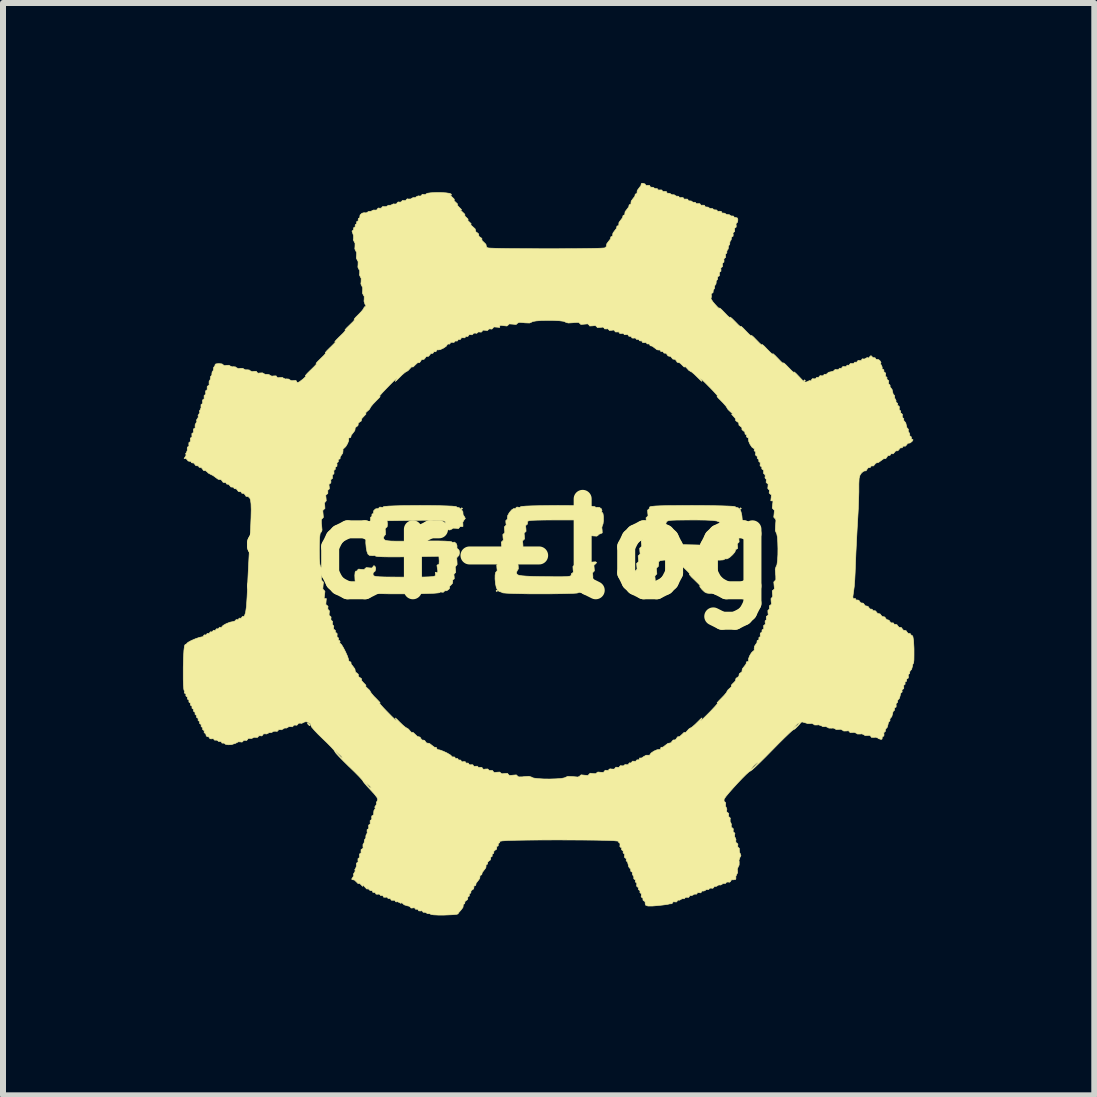
<source format=kicad_pcb>
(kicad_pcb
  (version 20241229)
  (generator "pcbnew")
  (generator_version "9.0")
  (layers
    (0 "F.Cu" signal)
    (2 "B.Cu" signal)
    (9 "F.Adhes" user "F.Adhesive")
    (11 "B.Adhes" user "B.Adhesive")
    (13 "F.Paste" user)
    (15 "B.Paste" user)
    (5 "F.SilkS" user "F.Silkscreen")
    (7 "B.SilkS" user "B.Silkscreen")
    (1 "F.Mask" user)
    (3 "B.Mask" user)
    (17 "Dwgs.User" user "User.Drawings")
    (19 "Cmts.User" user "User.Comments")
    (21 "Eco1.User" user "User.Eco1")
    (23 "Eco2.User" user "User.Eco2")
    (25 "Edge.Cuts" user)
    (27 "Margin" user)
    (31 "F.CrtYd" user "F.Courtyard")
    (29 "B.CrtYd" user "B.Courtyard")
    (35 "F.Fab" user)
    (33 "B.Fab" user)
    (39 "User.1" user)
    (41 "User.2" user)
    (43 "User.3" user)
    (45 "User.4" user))
  (footprint "scr-logo"
    (layer "F.Cu")
    (at 6.083 6.101)
    (property "Reference" "scr-logo" (at 0 0 0) (layer "F.SilkS") (effects (font (size 1.524 1.524) (thickness 0.3))))
    (attr through_hole)
    (fp_poly (pts (xy -3.175 0.699) (xy -3.188 0.711) (xy -3.2 0.699) (xy -3.188 0.686) (xy -3.175 0.699)) (stroke (width 0.01) (type solid)) (fill yes) (layer "F.SilkS"))
    (fp_poly (pts (xy -1.422 -0.673) (xy -1.435 -0.66) (xy -1.448 -0.673) (xy -1.435 -0.686) (xy -1.422 -0.673)) (stroke (width 0.01) (type solid)) (fill yes) (layer "F.SilkS"))
    (fp_poly (pts (xy -0.838 0.699) (xy -0.851 0.711) (xy -0.864 0.699) (xy -0.851 0.686) (xy -0.838 0.699)) (stroke (width 0.01) (type solid)) (fill yes) (layer "F.SilkS"))
    (fp_poly (pts (xy 3.226 -0.673) (xy 3.213 -0.66) (xy 3.2 -0.673) (xy 3.213 -0.686) (xy 3.226 -0.673)) (stroke (width 0.01) (type solid)) (fill yes) (layer "F.SilkS"))
    (fp_poly (pts (xy 4.293 -2.807) (xy 4.28 -2.794) (xy 4.267 -2.807) (xy 4.28 -2.819) (xy 4.293 -2.807)) (stroke (width 0.01) (type solid)) (fill yes) (layer "F.SilkS"))
    (fp_poly (pts (xy -3.992 2.906) (xy -3.964 2.931) (xy -3.97 2.946) (xy -3.974 2.946) (xy -3.995 2.928) (xy -4.003 2.917) (xy -4.006 2.9) (xy -3.992 2.906)) (stroke (width 0.01) (type solid)) (fill yes) (layer "F.SilkS"))
    (fp_poly (pts (xy -1.726 -0.336) (xy -1.718 -0.318) (xy -1.717 -0.285) (xy -1.728 -0.279) (xy -1.75 -0.3) (xy -1.753 -0.318) (xy -1.747 -0.351) (xy -1.743 -0.356) (xy -1.726 -0.336)) (stroke (width 0.01) (type solid)) (fill yes) (layer "F.SilkS"))
    (fp_poly (pts (xy 0.337 -0.723) (xy 0.49 -0.721) (xy 0.619 -0.717) (xy 0.716 -0.712) (xy 0.774 -0.707) (xy 0.787 -0.702) (xy 0.806 -0.69) (xy 0.824 -0.694) (xy 0.862 -0.691) (xy 0.895 -0.666) (xy 0.903 -0.634) (xy 0.897 -0.626) (xy 0.899 -0.61) (xy 0.905 -0.61) (xy 0.92 -0.588) (xy 0.927 -0.535) (xy 0.927 -0.471) (xy 0.92 -0.416) (xy 0.909 -0.392) (xy 0.9 -0.356) (xy 0.905 -0.314) (xy 0.907 -0.267) (xy 0.879 -0.254) (xy 0.844 -0.241) (xy 0.838 -0.227) (xy 0.816 -0.213) (xy 0.754 -0.217) (xy 0.749 -0.218) (xy 0.684 -0.223) (xy 0.66 -0.208) (xy 0.66 -0.207) (xy 0.638 -0.19) (xy 0.586 -0.185) (xy 0.584 -0.185) (xy 0.535 -0.195) (xy 0.507 -0.211) (xy 0.51 -0.225) (xy 0.534 -0.229) (xy 0.548 -0.249) (xy 0.544 -0.292) (xy 0.54 -0.34) (xy 0.553 -0.356) (xy 0.571 -0.377) (xy 0.575 -0.419) (xy 0.572 -0.483) (xy 0.109 -0.483) (xy -0.056 -0.482) (xy -0.177 -0.48) (xy -0.26 -0.477) (xy -0.31 -0.471) (xy -0.335 -0.462) (xy -0.341 -0.45) (xy -0.339 -0.445) (xy -0.341 -0.412) (xy -0.353 -0.406) (xy -0.371 -0.386) (xy -0.366 -0.343) (xy -0.363 -0.293) (xy -0.379 -0.279) (xy -0.396 -0.259) (xy -0.391 -0.216) (xy -0.388 -0.166) (xy -0.404 -0.152) (xy -0.422 -0.132) (xy -0.417 -0.089) (xy -0.414 -0.039) (xy -0.43 -0.025) (xy -0.447 -0.005) (xy -0.442 0.038) (xy -0.439 0.088) (xy -0.455 0.102) (xy -0.472 0.122) (xy -0.468 0.165) (xy -0.465 0.216) (xy -0.482 0.229) (xy -0.5 0.248) (xy -0.494 0.283) (xy -0.492 0.334) (xy -0.506 0.354) (xy -0.523 0.39) (xy -0.519 0.414) (xy -0.508 0.429) (xy -0.481 0.44) (xy -0.432 0.448) (xy -0.355 0.454) (xy -0.243 0.459) (xy -0.087 0.462) (xy -0.052 0.462) (xy 0.116 0.464) (xy 0.238 0.464) (xy 0.321 0.461) (xy 0.369 0.454) (xy 0.388 0.445) (xy 0.388 0.438) (xy 0.394 0.41) (xy 0.406 0.406) (xy 0.426 0.386) (xy 0.421 0.343) (xy 0.418 0.293) (xy 0.434 0.279) (xy 0.452 0.259) (xy 0.448 0.222) (xy 0.447 0.179) (xy 0.48 0.163) (xy 0.496 0.161) (xy 0.543 0.167) (xy 0.559 0.183) (xy 0.58 0.197) (xy 0.622 0.193) (xy 0.672 0.19) (xy 0.686 0.205) (xy 0.707 0.223) (xy 0.749 0.218) (xy 0.797 0.215) (xy 0.813 0.228) (xy 0.793 0.253) (xy 0.785 0.254) (xy 0.768 0.275) (xy 0.772 0.318) (xy 0.776 0.367) (xy 0.761 0.381) (xy 0.745 0.401) (xy 0.749 0.432) (xy 0.751 0.474) (xy 0.736 0.483) (xy 0.717 0.501) (xy 0.72 0.521) (xy 0.72 0.553) (xy 0.709 0.559) (xy 0.694 0.574) (xy 0.699 0.584) (xy 0.695 0.607) (xy 0.683 0.61) (xy 0.665 0.619) (xy 0.669 0.626) (xy 0.67 0.656) (xy 0.646 0.687) (xy 0.614 0.699) (xy 0.607 0.697) (xy 0.586 0.702) (xy 0.584 0.712) (xy 0.566 0.731) (xy 0.546 0.727) (xy 0.513 0.724) (xy 0.508 0.731) (xy 0.484 0.736) (xy 0.415 0.741) (xy 0.31 0.744) (xy 0.174 0.747) (xy 0.015 0.749) (xy -0.127 0.749) (xy -0.301 0.749) (xy -0.456 0.746) (xy -0.587 0.743) (xy -0.686 0.738) (xy -0.746 0.733) (xy -0.762 0.729) (xy -0.777 0.717) (xy -0.781 0.718) (xy -0.811 0.71) (xy -0.838 0.687) (xy -0.859 0.644) (xy -0.873 0.577) (xy -0.88 0.501) (xy -0.879 0.434) (xy -0.869 0.389) (xy -0.858 0.381) (xy -0.844 0.36) (xy -0.849 0.318) (xy -0.852 0.267) (xy -0.836 0.254) (xy -0.819 0.233) (xy -0.823 0.191) (xy -0.826 0.14) (xy -0.811 0.127) (xy -0.793 0.106) (xy -0.798 0.064) (xy -0.801 0.013) (xy -0.785 0) (xy -0.768 -0.021) (xy -0.772 -0.064) (xy -0.776 -0.114) (xy -0.76 -0.127) (xy -0.742 -0.148) (xy -0.747 -0.191) (xy -0.75 -0.241) (xy -0.734 -0.254) (xy -0.717 -0.275) (xy -0.722 -0.318) (xy -0.725 -0.367) (xy -0.71 -0.381) (xy -0.694 -0.401) (xy -0.699 -0.432) (xy -0.701 -0.472) (xy -0.688 -0.483) (xy -0.672 -0.501) (xy -0.675 -0.516) (xy -0.67 -0.555) (xy -0.642 -0.605) (xy -0.604 -0.65) (xy -0.569 -0.673) (xy -0.557 -0.672) (xy -0.535 -0.675) (xy -0.533 -0.684) (xy -0.515 -0.699) (xy -0.495 -0.695) (xy -0.463 -0.693) (xy -0.457 -0.702) (xy -0.433 -0.708) (xy -0.365 -0.714) (xy -0.26 -0.718) (xy -0.124 -0.721) (xy 0.035 -0.723) (xy 0.165 -0.724) (xy 0.337 -0.723)) (stroke (width 0.01) (type solid)) (fill yes) (layer "F.SilkS"))
    (fp_poly (pts (xy 2.589 -0.723) (xy 2.757 -0.721) (xy 2.9 -0.718) (xy 3.014 -0.714) (xy 3.09 -0.71) (xy 3.123 -0.704) (xy 3.124 -0.703) (xy 3.14 -0.691) (xy 3.143 -0.693) (xy 3.173 -0.685) (xy 3.2 -0.662) (xy 3.22 -0.62) (xy 3.235 -0.553) (xy 3.242 -0.477) (xy 3.242 -0.409) (xy 3.233 -0.364) (xy 3.222 -0.356) (xy 3.211 -0.335) (xy 3.215 -0.292) (xy 3.218 -0.241) (xy 3.2 -0.229) (xy 3.181 -0.208) (xy 3.185 -0.165) (xy 3.189 -0.116) (xy 3.174 -0.102) (xy 3.158 -0.082) (xy 3.162 -0.051) (xy 3.165 -0.01) (xy 3.151 0) (xy 3.129 0.013) (xy 3.13 0.019) (xy 3.118 0.052) (xy 3.081 0.096) (xy 3.034 0.139) (xy 2.991 0.165) (xy 2.973 0.166) (xy 2.949 0.165) (xy 2.946 0.173) (xy 2.923 0.183) (xy 2.861 0.187) (xy 2.77 0.184) (xy 2.769 0.184) (xy 2.677 0.18) (xy 2.614 0.184) (xy 2.591 0.195) (xy 2.591 0.195) (xy 2.608 0.223) (xy 2.653 0.274) (xy 2.699 0.319) (xy 2.807 0.419) (xy 2.705 0.305) (xy 2.688 0.283) (xy 2.703 0.293) (xy 2.748 0.333) (xy 2.818 0.4) (xy 2.89 0.469) (xy 2.987 0.565) (xy 3.07 0.649) (xy 3.133 0.713) (xy 3.169 0.752) (xy 3.175 0.76) (xy 3.161 0.757) (xy 3.151 0.748) (xy 3.116 0.738) (xy 3.041 0.734) (xy 2.938 0.734) (xy 2.883 0.737) (xy 2.77 0.742) (xy 2.696 0.742) (xy 2.648 0.735) (xy 2.614 0.718) (xy 2.583 0.689) (xy 2.57 0.676) (xy 2.537 0.635) (xy 2.532 0.619) (xy 2.54 0.622) (xy 2.542 0.616) (xy 2.513 0.583) (xy 2.459 0.53) (xy 2.451 0.522) (xy 2.394 0.467) (xy 2.362 0.43) (xy 2.36 0.42) (xy 2.362 0.42) (xy 2.366 0.414) (xy 2.337 0.381) (xy 2.286 0.331) (xy 2.233 0.28) (xy 2.206 0.249) (xy 2.21 0.244) (xy 2.234 0.254) (xy 2.224 0.235) (xy 2.212 0.22) (xy 2.181 0.195) (xy 2.131 0.183) (xy 2.048 0.182) (xy 2.009 0.183) (xy 1.919 0.188) (xy 1.87 0.197) (xy 1.849 0.213) (xy 1.847 0.242) (xy 1.848 0.248) (xy 1.842 0.292) (xy 1.826 0.305) (xy 1.809 0.326) (xy 1.814 0.368) (xy 1.817 0.418) (xy 1.801 0.432) (xy 1.784 0.453) (xy 1.788 0.495) (xy 1.792 0.545) (xy 1.776 0.559) (xy 1.758 0.58) (xy 1.763 0.622) (xy 1.766 0.672) (xy 1.75 0.686) (xy 1.733 0.704) (xy 1.736 0.724) (xy 1.746 0.754) (xy 1.745 0.757) (xy 1.719 0.753) (xy 1.657 0.748) (xy 1.582 0.743) (xy 1.493 0.736) (xy 1.442 0.723) (xy 1.416 0.7) (xy 1.408 0.679) (xy 1.405 0.631) (xy 1.419 0.615) (xy 1.436 0.586) (xy 1.432 0.544) (xy 1.43 0.495) (xy 1.446 0.483) (xy 1.463 0.462) (xy 1.458 0.419) (xy 1.455 0.369) (xy 1.471 0.356) (xy 1.488 0.335) (xy 1.484 0.292) (xy 1.48 0.242) (xy 1.496 0.229) (xy 1.514 0.208) (xy 1.509 0.165) (xy 1.506 0.115) (xy 1.522 0.102) (xy 1.539 0.081) (xy 1.534 0.038) (xy 1.531 -0.012) (xy 1.547 -0.025) (xy 1.565 -0.046) (xy 1.56 -0.089) (xy 1.559 -0.109) (xy 1.906 -0.109) (xy 1.92 -0.096) (xy 1.968 -0.086) (xy 2.053 -0.078) (xy 2.181 -0.073) (xy 2.305 -0.07) (xy 2.444 -0.067) (xy 2.565 -0.064) (xy 2.66 -0.061) (xy 2.718 -0.058) (xy 2.732 -0.056) (xy 2.772 -0.066) (xy 2.805 -0.084) (xy 2.845 -0.136) (xy 2.86 -0.18) (xy 2.871 -0.25) (xy 2.883 -0.328) (xy 2.888 -0.381) (xy 2.883 -0.42) (xy 2.861 -0.448) (xy 2.815 -0.466) (xy 2.739 -0.476) (xy 2.627 -0.481) (xy 2.473 -0.483) (xy 2.41 -0.483) (xy 2.254 -0.482) (xy 2.141 -0.481) (xy 2.064 -0.478) (xy 2.016 -0.472) (xy 1.989 -0.462) (xy 1.976 -0.447) (xy 1.969 -0.426) (xy 1.969 -0.425) (xy 1.936 -0.275) (xy 1.915 -0.172) (xy 1.906 -0.115) (xy 1.906 -0.109) (xy 1.559 -0.109) (xy 1.557 -0.139) (xy 1.573 -0.152) (xy 1.59 -0.173) (xy 1.585 -0.216) (xy 1.582 -0.267) (xy 1.6 -0.279) (xy 1.62 -0.3) (xy 1.615 -0.343) (xy 1.612 -0.393) (xy 1.628 -0.406) (xy 1.645 -0.427) (xy 1.641 -0.47) (xy 1.637 -0.52) (xy 1.653 -0.533) (xy 1.671 -0.554) (xy 1.666 -0.597) (xy 1.663 -0.647) (xy 1.679 -0.66) (xy 1.697 -0.678) (xy 1.695 -0.692) (xy 1.702 -0.702) (xy 1.732 -0.709) (xy 1.792 -0.715) (xy 1.884 -0.719) (xy 2.014 -0.722) (xy 2.187 -0.723) (xy 2.404 -0.724) (xy 2.589 -0.723)) (stroke (width 0.01) (type solid)) (fill yes) (layer "F.SilkS"))
    (fp_poly (pts (xy -1.964 -0.723) (xy -1.812 -0.721) (xy -1.686 -0.717) (xy -1.591 -0.713) (xy -1.536 -0.707) (xy -1.524 -0.703) (xy -1.509 -0.691) (xy -1.505 -0.693) (xy -1.476 -0.686) (xy -1.441 -0.655) (xy -1.416 -0.62) (xy -1.415 -0.6) (xy -1.413 -0.572) (xy -1.396 -0.545) (xy -1.375 -0.509) (xy -1.393 -0.485) (xy -1.396 -0.483) (xy -1.418 -0.445) (xy -1.416 -0.411) (xy -1.415 -0.374) (xy -1.438 -0.373) (xy -1.469 -0.369) (xy -1.473 -0.357) (xy -1.493 -0.338) (xy -1.527 -0.344) (xy -1.578 -0.346) (xy -1.599 -0.332) (xy -1.634 -0.315) (xy -1.659 -0.319) (xy -1.695 -0.35) (xy -1.709 -0.413) (xy -1.709 -0.451) (xy -1.719 -0.463) (xy -1.754 -0.471) (xy -1.82 -0.476) (xy -1.922 -0.478) (xy -2.065 -0.478) (xy -2.193 -0.477) (xy -2.68 -0.47) (xy -2.674 -0.413) (xy -2.679 -0.368) (xy -2.695 -0.356) (xy -2.712 -0.335) (xy -2.708 -0.294) (xy -2.706 -0.241) (xy -2.722 -0.223) (xy -2.74 -0.195) (xy -2.735 -0.169) (xy -2.726 -0.154) (xy -2.707 -0.143) (xy -2.672 -0.136) (xy -2.614 -0.131) (xy -2.527 -0.129) (xy -2.404 -0.129) (xy -2.24 -0.131) (xy -2.159 -0.132) (xy -1.983 -0.133) (xy -1.833 -0.133) (xy -1.716 -0.13) (xy -1.637 -0.125) (xy -1.602 -0.118) (xy -1.6 -0.116) (xy -1.588 -0.106) (xy -1.583 -0.11) (xy -1.554 -0.113) (xy -1.525 -0.086) (xy -1.513 -0.048) (xy -1.516 -0.036) (xy -1.513 -0.005) (xy -1.501 0) (xy -1.48 0.022) (xy -1.473 0.064) (xy -1.483 0.111) (xy -1.502 0.127) (xy -1.519 0.149) (xy -1.515 0.203) (xy -1.512 0.26) (xy -1.527 0.279) (xy -1.544 0.3) (xy -1.539 0.343) (xy -1.536 0.392) (xy -1.551 0.406) (xy -1.567 0.426) (xy -1.562 0.457) (xy -1.56 0.499) (xy -1.575 0.508) (xy -1.59 0.524) (xy -1.585 0.537) (xy -1.589 0.573) (xy -1.614 0.601) (xy -1.642 0.627) (xy -1.64 0.635) (xy -1.636 0.651) (xy -1.651 0.673) (xy -1.687 0.698) (xy -1.705 0.697) (xy -1.726 0.701) (xy -1.727 0.709) (xy -1.746 0.724) (xy -1.765 0.72) (xy -1.798 0.719) (xy -1.803 0.728) (xy -1.828 0.733) (xy -1.896 0.739) (xy -2.002 0.743) (xy -2.138 0.747) (xy -2.298 0.749) (xy -2.451 0.749) (xy -2.626 0.749) (xy -2.784 0.746) (xy -2.916 0.743) (xy -3.018 0.739) (xy -3.08 0.734) (xy -3.099 0.729) (xy -3.114 0.717) (xy -3.118 0.718) (xy -3.148 0.71) (xy -3.175 0.687) (xy -3.193 0.649) (xy -3.207 0.585) (xy -3.215 0.511) (xy -3.218 0.441) (xy -3.213 0.389) (xy -3.201 0.369) (xy -3.197 0.37) (xy -3.177 0.365) (xy -3.175 0.354) (xy -3.154 0.336) (xy -3.111 0.341) (xy -3.061 0.344) (xy -3.048 0.328) (xy -3.027 0.311) (xy -2.985 0.315) (xy -2.936 0.319) (xy -2.921 0.305) (xy -2.902 0.28) (xy -2.896 0.279) (xy -2.875 0.301) (xy -2.87 0.33) (xy -2.88 0.371) (xy -2.894 0.381) (xy -2.913 0.402) (xy -2.914 0.425) (xy -2.91 0.44) (xy -2.894 0.452) (xy -2.861 0.46) (xy -2.803 0.465) (xy -2.716 0.468) (xy -2.592 0.469) (xy -2.424 0.47) (xy -2.387 0.47) (xy -2.211 0.47) (xy -2.08 0.469) (xy -1.987 0.466) (xy -1.926 0.462) (xy -1.891 0.455) (xy -1.875 0.445) (xy -1.873 0.431) (xy -1.875 0.421) (xy -1.876 0.388) (xy -1.855 0.393) (xy -1.836 0.395) (xy -1.835 0.361) (xy -1.841 0.33) (xy -1.849 0.274) (xy -1.836 0.263) (xy -1.832 0.264) (xy -1.814 0.257) (xy -1.811 0.203) (xy -1.811 0.201) (xy -1.816 0.122) (xy -2.343 0.131) (xy -2.501 0.133) (xy -2.639 0.133) (xy -2.752 0.131) (xy -2.83 0.127) (xy -2.868 0.121) (xy -2.87 0.119) (xy -2.89 0.108) (xy -2.917 0.113) (xy -2.973 0.108) (xy -2.998 0.088) (xy -3.015 0.046) (xy -3.028 -0.021) (xy -3.035 -0.099) (xy -3.034 -0.169) (xy -3.026 -0.217) (xy -3.015 -0.229) (xy -3.003 -0.249) (xy -3.008 -0.292) (xy -3.011 -0.342) (xy -2.996 -0.356) (xy -2.98 -0.375) (xy -2.985 -0.406) (xy -2.986 -0.448) (xy -2.971 -0.457) (xy -2.952 -0.476) (xy -2.956 -0.495) (xy -2.955 -0.528) (xy -2.944 -0.533) (xy -2.93 -0.549) (xy -2.934 -0.559) (xy -2.931 -0.582) (xy -2.921 -0.584) (xy -2.903 -0.599) (xy -2.907 -0.607) (xy -2.903 -0.637) (xy -2.874 -0.666) (xy -2.842 -0.673) (xy -2.836 -0.669) (xy -2.821 -0.671) (xy -2.819 -0.681) (xy -2.801 -0.698) (xy -2.781 -0.695) (xy -2.749 -0.693) (xy -2.743 -0.702) (xy -2.719 -0.708) (xy -2.651 -0.714) (xy -2.546 -0.718) (xy -2.411 -0.722) (xy -2.253 -0.723) (xy -2.134 -0.724) (xy -1.964 -0.723)) (stroke (width 0.01) (type solid)) (fill yes) (layer "F.SilkS"))
    (fp_poly (pts (xy 1.62 -6.084) (xy 1.626 -6.071) (xy 1.644 -6.057) (xy 1.664 -6.061) (xy 1.696 -6.06) (xy 1.702 -6.046) (xy 1.716 -6.028) (xy 1.725 -6.031) (xy 1.758 -6.028) (xy 1.765 -6.02) (xy 1.796 -6.005) (xy 1.805 -6.008) (xy 1.827 -6.005) (xy 1.829 -5.997) (xy 1.847 -5.981) (xy 1.867 -5.985) (xy 1.9 -5.984) (xy 1.905 -5.973) (xy 1.924 -5.956) (xy 1.943 -5.96) (xy 1.976 -5.958) (xy 1.981 -5.945) (xy 1.996 -5.926) (xy 2.005 -5.93) (xy 2.037 -5.927) (xy 2.045 -5.918) (xy 2.074 -5.902) (xy 2.083 -5.906) (xy 2.114 -5.901) (xy 2.121 -5.893) (xy 2.151 -5.878) (xy 2.161 -5.881) (xy 2.183 -5.878) (xy 2.184 -5.87) (xy 2.203 -5.854) (xy 2.223 -5.858) (xy 2.255 -5.857) (xy 2.261 -5.846) (xy 2.279 -5.829) (xy 2.299 -5.833) (xy 2.331 -5.831) (xy 2.337 -5.818) (xy 2.351 -5.799) (xy 2.36 -5.803) (xy 2.393 -5.8) (xy 2.4 -5.791) (xy 2.431 -5.776) (xy 2.44 -5.78) (xy 2.462 -5.776) (xy 2.464 -5.768) (xy 2.482 -5.753) (xy 2.502 -5.757) (xy 2.535 -5.756) (xy 2.54 -5.744) (xy 2.559 -5.728) (xy 2.578 -5.731) (xy 2.611 -5.729) (xy 2.616 -5.716) (xy 2.631 -5.698) (xy 2.64 -5.701) (xy 2.672 -5.698) (xy 2.68 -5.69) (xy 2.709 -5.674) (xy 2.718 -5.677) (xy 2.749 -5.673) (xy 2.756 -5.664) (xy 2.786 -5.649) (xy 2.796 -5.653) (xy 2.818 -5.649) (xy 2.819 -5.641) (xy 2.838 -5.626) (xy 2.857 -5.63) (xy 2.89 -5.628) (xy 2.896 -5.615) (xy 2.91 -5.596) (xy 2.919 -5.6) (xy 2.952 -5.596) (xy 2.959 -5.588) (xy 2.988 -5.572) (xy 2.997 -5.575) (xy 3.028 -5.571) (xy 3.035 -5.563) (xy 3.066 -5.548) (xy 3.075 -5.551) (xy 3.097 -5.548) (xy 3.099 -5.539) (xy 3.117 -5.523) (xy 3.131 -5.526) (xy 3.16 -5.516) (xy 3.168 -5.487) (xy 3.162 -5.446) (xy 3.149 -5.436) (xy 3.136 -5.417) (xy 3.14 -5.398) (xy 3.14 -5.365) (xy 3.128 -5.359) (xy 3.111 -5.341) (xy 3.115 -5.321) (xy 3.114 -5.289) (xy 3.102 -5.283) (xy 3.086 -5.265) (xy 3.09 -5.245) (xy 3.088 -5.213) (xy 3.075 -5.207) (xy 3.056 -5.192) (xy 3.06 -5.183) (xy 3.056 -5.151) (xy 3.048 -5.144) (xy 3.032 -5.114) (xy 3.035 -5.105) (xy 3.031 -5.074) (xy 3.023 -5.067) (xy 3.007 -5.038) (xy 3.01 -5.029) (xy 3.006 -4.998) (xy 2.997 -4.991) (xy 2.982 -4.961) (xy 2.986 -4.951) (xy 2.982 -4.929) (xy 2.974 -4.928) (xy 2.959 -4.909) (xy 2.963 -4.889) (xy 2.962 -4.857) (xy 2.95 -4.851) (xy 2.934 -4.833) (xy 2.937 -4.813) (xy 2.936 -4.781) (xy 2.925 -4.775) (xy 2.908 -4.757) (xy 2.912 -4.737) (xy 2.911 -4.704) (xy 2.899 -4.699) (xy 2.883 -4.68) (xy 2.886 -4.661) (xy 2.886 -4.628) (xy 2.874 -4.623) (xy 2.857 -4.604) (xy 2.861 -4.585) (xy 2.859 -4.552) (xy 2.846 -4.547) (xy 2.828 -4.532) (xy 2.831 -4.523) (xy 2.828 -4.49) (xy 2.819 -4.483) (xy 2.804 -4.454) (xy 2.807 -4.445) (xy 2.802 -4.414) (xy 2.794 -4.407) (xy 2.778 -4.378) (xy 2.781 -4.369) (xy 2.777 -4.338) (xy 2.769 -4.331) (xy 2.754 -4.3) (xy 2.757 -4.291) (xy 2.752 -4.269) (xy 2.742 -4.267) (xy 2.723 -4.249) (xy 2.726 -4.231) (xy 2.727 -4.194) (xy 2.719 -4.186) (xy 2.722 -4.165) (xy 2.753 -4.118) (xy 2.788 -4.077) (xy 2.833 -4.028) (xy 2.859 -4.007) (xy 2.86 -4.013) (xy 2.865 -4.017) (xy 2.898 -3.988) (xy 2.948 -3.937) (xy 2.999 -3.884) (xy 3.031 -3.857) (xy 3.036 -3.861) (xy 3.043 -3.864) (xy 3.076 -3.836) (xy 3.127 -3.785) (xy 3.179 -3.732) (xy 3.211 -3.705) (xy 3.216 -3.708) (xy 3.221 -3.712) (xy 3.253 -3.684) (xy 3.303 -3.632) (xy 3.355 -3.579) (xy 3.387 -3.552) (xy 3.392 -3.556) (xy 3.398 -3.559) (xy 3.431 -3.531) (xy 3.481 -3.48) (xy 3.533 -3.427) (xy 3.565 -3.4) (xy 3.57 -3.404) (xy 3.576 -3.407) (xy 3.609 -3.379) (xy 3.659 -3.327) (xy 3.711 -3.275) (xy 3.742 -3.247) (xy 3.748 -3.251) (xy 3.754 -3.255) (xy 3.787 -3.226) (xy 3.837 -3.175) (xy 3.888 -3.122) (xy 3.92 -3.095) (xy 3.926 -3.099) (xy 3.932 -3.102) (xy 3.964 -3.074) (xy 4.014 -3.023) (xy 4.066 -2.97) (xy 4.098 -2.943) (xy 4.103 -2.946) (xy 4.109 -2.95) (xy 4.141 -2.921) (xy 4.188 -2.872) (xy 4.248 -2.809) (xy 4.288 -2.782) (xy 4.317 -2.784) (xy 4.325 -2.789) (xy 4.363 -2.807) (xy 4.377 -2.802) (xy 4.393 -2.806) (xy 4.394 -2.818) (xy 4.412 -2.839) (xy 4.432 -2.836) (xy 4.465 -2.836) (xy 4.47 -2.847) (xy 4.486 -2.862) (xy 4.496 -2.858) (xy 4.519 -2.861) (xy 4.521 -2.871) (xy 4.54 -2.89) (xy 4.559 -2.886) (xy 4.592 -2.887) (xy 4.597 -2.898) (xy 4.613 -2.913) (xy 4.621 -2.91) (xy 4.649 -2.914) (xy 4.653 -2.922) (xy 4.682 -2.945) (xy 4.718 -2.953) (xy 4.763 -2.965) (xy 4.775 -2.98) (xy 4.794 -2.992) (xy 4.813 -2.988) (xy 4.846 -2.988) (xy 4.851 -2.999) (xy 4.867 -3.014) (xy 4.877 -3.01) (xy 4.9 -3.013) (xy 4.902 -3.024) (xy 4.921 -3.042) (xy 4.94 -3.039) (xy 4.973 -3.039) (xy 4.978 -3.05) (xy 4.994 -3.065) (xy 5.004 -3.061) (xy 5.027 -3.064) (xy 5.029 -3.075) (xy 5.048 -3.093) (xy 5.067 -3.09) (xy 5.1 -3.09) (xy 5.105 -3.101) (xy 5.121 -3.116) (xy 5.131 -3.111) (xy 5.154 -3.115) (xy 5.156 -3.125) (xy 5.175 -3.144) (xy 5.194 -3.14) (xy 5.227 -3.142) (xy 5.232 -3.155) (xy 5.243 -3.171) (xy 5.249 -3.167) (xy 5.28 -3.166) (xy 5.3 -3.178) (xy 5.328 -3.192) (xy 5.334 -3.184) (xy 5.346 -3.182) (xy 5.362 -3.2) (xy 5.387 -3.223) (xy 5.402 -3.207) (xy 5.427 -3.186) (xy 5.438 -3.189) (xy 5.459 -3.184) (xy 5.461 -3.175) (xy 5.475 -3.157) (xy 5.484 -3.161) (xy 5.516 -3.155) (xy 5.537 -3.137) (xy 5.555 -3.106) (xy 5.55 -3.099) (xy 5.547 -3.083) (xy 5.559 -3.065) (xy 5.575 -3.028) (xy 5.571 -3.014) (xy 5.574 -2.999) (xy 5.585 -2.997) (xy 5.604 -2.982) (xy 5.601 -2.972) (xy 5.604 -2.948) (xy 5.615 -2.946) (xy 5.633 -2.928) (xy 5.63 -2.908) (xy 5.63 -2.876) (xy 5.641 -2.87) (xy 5.656 -2.855) (xy 5.652 -2.845) (xy 5.655 -2.821) (xy 5.665 -2.819) (xy 5.684 -2.801) (xy 5.68 -2.781) (xy 5.681 -2.749) (xy 5.692 -2.743) (xy 5.707 -2.728) (xy 5.704 -2.72) (xy 5.708 -2.692) (xy 5.716 -2.688) (xy 5.739 -2.658) (xy 5.747 -2.622) (xy 5.758 -2.578) (xy 5.773 -2.565) (xy 5.783 -2.55) (xy 5.78 -2.542) (xy 5.783 -2.509) (xy 5.791 -2.502) (xy 5.806 -2.471) (xy 5.803 -2.462) (xy 5.807 -2.44) (xy 5.817 -2.438) (xy 5.833 -2.423) (xy 5.829 -2.413) (xy 5.833 -2.39) (xy 5.843 -2.388) (xy 5.861 -2.369) (xy 5.858 -2.349) (xy 5.858 -2.317) (xy 5.87 -2.311) (xy 5.884 -2.296) (xy 5.88 -2.286) (xy 5.884 -2.263) (xy 5.894 -2.261) (xy 5.912 -2.242) (xy 5.909 -2.223) (xy 5.909 -2.19) (xy 5.92 -2.184) (xy 5.936 -2.169) (xy 5.932 -2.161) (xy 5.937 -2.133) (xy 5.945 -2.129) (xy 5.967 -2.1) (xy 5.976 -2.063) (xy 5.987 -2.019) (xy 6.001 -2.007) (xy 6.012 -1.991) (xy 6.008 -1.983) (xy 6.011 -1.95) (xy 6.02 -1.943) (xy 6.035 -1.913) (xy 6.031 -1.903) (xy 6.036 -1.881) (xy 6.045 -1.88) (xy 6.062 -1.864) (xy 6.058 -1.854) (xy 6.062 -1.831) (xy 6.072 -1.829) (xy 6.089 -1.819) (xy 6.071 -1.791) (xy 6.036 -1.765) (xy 6.02 -1.765) (xy 5.995 -1.757) (xy 5.985 -1.738) (xy 5.959 -1.712) (xy 5.944 -1.714) (xy 5.92 -1.712) (xy 5.918 -1.702) (xy 5.904 -1.684) (xy 5.895 -1.687) (xy 5.869 -1.68) (xy 5.858 -1.662) (xy 5.834 -1.635) (xy 5.819 -1.637) (xy 5.793 -1.63) (xy 5.781 -1.611) (xy 5.756 -1.585) (xy 5.741 -1.587) (xy 5.717 -1.585) (xy 5.715 -1.575) (xy 5.701 -1.557) (xy 5.692 -1.56) (xy 5.666 -1.553) (xy 5.654 -1.533) (xy 5.633 -1.505) (xy 5.623 -1.506) (xy 5.596 -1.502) (xy 5.556 -1.473) (xy 5.512 -1.441) (xy 5.485 -1.436) (xy 5.462 -1.427) (xy 5.451 -1.408) (xy 5.426 -1.382) (xy 5.41 -1.384) (xy 5.387 -1.382) (xy 5.385 -1.372) (xy 5.37 -1.354) (xy 5.362 -1.357) (xy 5.336 -1.35) (xy 5.323 -1.33) (xy 5.304 -1.301) (xy 5.293 -1.302) (xy 5.267 -1.297) (xy 5.231 -1.269) (xy 5.204 -1.23) (xy 5.189 -1.173) (xy 5.185 -1.084) (xy 5.185 -1.048) (xy 5.185 -0.949) (xy 5.181 -0.819) (xy 5.176 -0.677) (xy 5.171 -0.584) (xy 5.156 -0.327) (xy 5.145 -0.114) (xy 5.136 0.064) (xy 5.13 0.214) (xy 5.125 0.342) (xy 5.123 0.394) (xy 5.117 0.511) (xy 5.108 0.627) (xy 5.096 0.717) (xy 5.095 0.721) (xy 5.085 0.796) (xy 5.089 0.828) (xy 5.102 0.828) (xy 5.128 0.827) (xy 5.131 0.838) (xy 5.146 0.855) (xy 5.156 0.851) (xy 5.185 0.856) (xy 5.197 0.875) (xy 5.221 0.902) (xy 5.235 0.9) (xy 5.262 0.907) (xy 5.273 0.925) (xy 5.297 0.952) (xy 5.311 0.951) (xy 5.338 0.958) (xy 5.35 0.976) (xy 5.373 1.003) (xy 5.387 1.002) (xy 5.409 1.007) (xy 5.41 1.016) (xy 5.426 1.033) (xy 5.436 1.029) (xy 5.465 1.034) (xy 5.477 1.052) (xy 5.501 1.079) (xy 5.515 1.078) (xy 5.541 1.085) (xy 5.553 1.103) (xy 5.577 1.13) (xy 5.591 1.129) (xy 5.618 1.135) (xy 5.629 1.154) (xy 5.652 1.182) (xy 5.664 1.181) (xy 5.689 1.19) (xy 5.699 1.208) (xy 5.725 1.234) (xy 5.74 1.232) (xy 5.764 1.235) (xy 5.766 1.245) (xy 5.781 1.261) (xy 5.791 1.257) (xy 5.82 1.263) (xy 5.832 1.281) (xy 5.856 1.308) (xy 5.87 1.306) (xy 5.897 1.313) (xy 5.908 1.332) (xy 5.932 1.359) (xy 5.946 1.357) (xy 5.973 1.364) (xy 5.985 1.383) (xy 6.008 1.41) (xy 6.022 1.408) (xy 6.044 1.413) (xy 6.045 1.421) (xy 6.063 1.442) (xy 6.072 1.441) (xy 6.086 1.462) (xy 6.097 1.53) (xy 6.103 1.64) (xy 6.104 1.67) (xy 6.104 1.772) (xy 6.103 1.852) (xy 6.098 1.898) (xy 6.095 1.905) (xy 6.083 1.927) (xy 6.077 1.962) (xy 6.063 2.01) (xy 6.046 2.027) (xy 6.031 2.051) (xy 6.034 2.06) (xy 6.03 2.081) (xy 6.022 2.083) (xy 6.007 2.101) (xy 6.011 2.121) (xy 6.009 2.153) (xy 5.996 2.159) (xy 5.978 2.174) (xy 5.982 2.184) (xy 5.979 2.208) (xy 5.969 2.21) (xy 5.952 2.225) (xy 5.956 2.235) (xy 5.955 2.259) (xy 5.946 2.261) (xy 5.931 2.279) (xy 5.934 2.299) (xy 5.933 2.331) (xy 5.919 2.337) (xy 5.902 2.352) (xy 5.905 2.362) (xy 5.907 2.386) (xy 5.9 2.388) (xy 5.881 2.409) (xy 5.874 2.444) (xy 5.86 2.493) (xy 5.843 2.51) (xy 5.827 2.534) (xy 5.831 2.542) (xy 5.827 2.564) (xy 5.819 2.565) (xy 5.804 2.584) (xy 5.807 2.603) (xy 5.806 2.636) (xy 5.792 2.642) (xy 5.775 2.657) (xy 5.779 2.667) (xy 5.78 2.691) (xy 5.773 2.692) (xy 5.754 2.714) (xy 5.747 2.749) (xy 5.733 2.798) (xy 5.716 2.815) (xy 5.7 2.839) (xy 5.704 2.847) (xy 5.703 2.869) (xy 5.697 2.87) (xy 5.678 2.892) (xy 5.671 2.927) (xy 5.657 2.976) (xy 5.64 2.993) (xy 5.624 3.017) (xy 5.627 3.025) (xy 5.624 3.047) (xy 5.616 3.048) (xy 5.6 3.067) (xy 5.604 3.086) (xy 5.602 3.119) (xy 5.589 3.124) (xy 5.572 3.14) (xy 5.575 3.15) (xy 5.57 3.172) (xy 5.553 3.175) (xy 5.51 3.162) (xy 5.501 3.152) (xy 5.468 3.139) (xy 5.436 3.142) (xy 5.394 3.141) (xy 5.385 3.125) (xy 5.365 3.107) (xy 5.336 3.111) (xy 5.289 3.112) (xy 5.271 3.099) (xy 5.236 3.083) (xy 5.207 3.086) (xy 5.161 3.086) (xy 5.144 3.073) (xy 5.109 3.058) (xy 5.078 3.061) (xy 5.038 3.062) (xy 5.029 3.048) (xy 5.01 3.031) (xy 4.981 3.035) (xy 4.933 3.036) (xy 4.915 3.023) (xy 4.88 3.006) (xy 4.851 3.01) (xy 4.806 3.011) (xy 4.789 2.999) (xy 4.756 2.985) (xy 4.736 2.988) (xy 4.685 2.987) (xy 4.665 2.975) (xy 4.628 2.959) (xy 4.615 2.963) (xy 4.585 2.963) (xy 4.563 2.95) (xy 4.513 2.932) (xy 4.489 2.935) (xy 4.447 2.935) (xy 4.434 2.924) (xy 4.4 2.908) (xy 4.382 2.912) (xy 4.329 2.912) (xy 4.313 2.905) (xy 4.239 2.884) (xy 4.223 2.89) (xy 4.169 2.952) (xy 4.125 2.996) (xy 4.095 3.015) (xy 4.092 3.015) (xy 4.07 3.031) (xy 4.019 3.078) (xy 3.944 3.15) (xy 3.85 3.243) (xy 3.745 3.35) (xy 3.737 3.358) (xy 3.631 3.466) (xy 3.536 3.56) (xy 3.459 3.634) (xy 3.405 3.683) (xy 3.379 3.701) (xy 3.379 3.701) (xy 3.354 3.716) (xy 3.304 3.761) (xy 3.238 3.827) (xy 3.163 3.906) (xy 3.088 3.988) (xy 3.02 4.065) (xy 2.968 4.128) (xy 2.941 4.168) (xy 2.939 4.172) (xy 2.937 4.209) (xy 2.95 4.216) (xy 2.966 4.235) (xy 2.963 4.254) (xy 2.963 4.294) (xy 2.972 4.305) (xy 2.985 4.338) (xy 2.981 4.357) (xy 2.984 4.389) (xy 2.997 4.394) (xy 3.017 4.413) (xy 3.013 4.432) (xy 3.014 4.465) (xy 3.026 4.47) (xy 3.043 4.489) (xy 3.039 4.508) (xy 3.039 4.548) (xy 3.048 4.559) (xy 3.061 4.592) (xy 3.057 4.611) (xy 3.06 4.643) (xy 3.073 4.648) (xy 3.093 4.667) (xy 3.09 4.686) (xy 3.09 4.719) (xy 3.102 4.724) (xy 3.119 4.743) (xy 3.115 4.762) (xy 3.115 4.802) (xy 3.124 4.813) (xy 3.137 4.846) (xy 3.133 4.865) (xy 3.136 4.897) (xy 3.15 4.902) (xy 3.169 4.921) (xy 3.166 4.94) (xy 3.167 4.973) (xy 3.179 4.978) (xy 3.195 4.997) (xy 3.192 5.013) (xy 3.196 5.061) (xy 3.206 5.076) (xy 3.219 5.113) (xy 3.204 5.139) (xy 3.186 5.191) (xy 3.19 5.217) (xy 3.189 5.27) (xy 3.176 5.295) (xy 3.158 5.339) (xy 3.162 5.359) (xy 3.163 5.4) (xy 3.15 5.423) (xy 3.132 5.466) (xy 3.136 5.485) (xy 3.132 5.509) (xy 3.09 5.517) (xy 3.067 5.515) (xy 3.049 5.531) (xy 3.048 5.54) (xy 3.03 5.557) (xy 3.01 5.553) (xy 2.977 5.554) (xy 2.972 5.565) (xy 2.956 5.58) (xy 2.948 5.576) (xy 2.916 5.58) (xy 2.908 5.588) (xy 2.879 5.604) (xy 2.87 5.601) (xy 2.839 5.605) (xy 2.832 5.613) (xy 2.802 5.628) (xy 2.792 5.625) (xy 2.77 5.63) (xy 2.769 5.64) (xy 2.75 5.658) (xy 2.731 5.655) (xy 2.698 5.655) (xy 2.692 5.666) (xy 2.677 5.681) (xy 2.669 5.678) (xy 2.636 5.681) (xy 2.629 5.69) (xy 2.598 5.705) (xy 2.589 5.701) (xy 2.567 5.706) (xy 2.565 5.716) (xy 2.547 5.734) (xy 2.527 5.731) (xy 2.495 5.731) (xy 2.489 5.743) (xy 2.474 5.758) (xy 2.466 5.754) (xy 2.433 5.757) (xy 2.426 5.766) (xy 2.395 5.781) (xy 2.386 5.777) (xy 2.364 5.782) (xy 2.362 5.792) (xy 2.344 5.811) (xy 2.324 5.807) (xy 2.291 5.808) (xy 2.286 5.819) (xy 2.271 5.834) (xy 2.262 5.83) (xy 2.23 5.834) (xy 2.223 5.842) (xy 2.192 5.857) (xy 2.183 5.854) (xy 2.161 5.858) (xy 2.159 5.869) (xy 2.141 5.887) (xy 2.121 5.884) (xy 2.088 5.883) (xy 2.083 5.894) (xy 2.068 5.915) (xy 2.064 5.915) (xy 2.032 5.917) (xy 1.99 5.927) (xy 1.913 5.937) (xy 1.817 5.947) (xy 1.746 5.953) (xy 1.668 5.953) (xy 1.629 5.938) (xy 1.621 5.902) (xy 1.623 5.886) (xy 1.606 5.868) (xy 1.599 5.867) (xy 1.584 5.852) (xy 1.587 5.842) (xy 1.584 5.819) (xy 1.574 5.817) (xy 1.555 5.798) (xy 1.559 5.779) (xy 1.558 5.746) (xy 1.547 5.74) (xy 1.533 5.725) (xy 1.537 5.715) (xy 1.534 5.692) (xy 1.524 5.69) (xy 1.507 5.674) (xy 1.511 5.664) (xy 1.508 5.641) (xy 1.497 5.639) (xy 1.479 5.62) (xy 1.482 5.601) (xy 1.482 5.568) (xy 1.471 5.563) (xy 1.456 5.547) (xy 1.46 5.537) (xy 1.458 5.514) (xy 1.448 5.512) (xy 1.431 5.497) (xy 1.434 5.488) (xy 1.431 5.456) (xy 1.422 5.448) (xy 1.407 5.418) (xy 1.411 5.408) (xy 1.406 5.386) (xy 1.397 5.385) (xy 1.38 5.37) (xy 1.383 5.362) (xy 1.379 5.334) (xy 1.371 5.329) (xy 1.348 5.3) (xy 1.34 5.264) (xy 1.328 5.219) (xy 1.314 5.207) (xy 1.304 5.191) (xy 1.308 5.182) (xy 1.305 5.158) (xy 1.294 5.156) (xy 1.276 5.138) (xy 1.279 5.118) (xy 1.279 5.085) (xy 1.268 5.08) (xy 1.253 5.064) (xy 1.257 5.055) (xy 1.254 5.031) (xy 1.245 5.029) (xy 1.228 5.014) (xy 1.232 5.004) (xy 1.228 4.98) (xy 1.218 4.978) (xy 1.2 4.96) (xy 1.203 4.94) (xy 1.203 4.908) (xy 1.192 4.902) (xy 1.177 4.887) (xy 1.181 4.877) (xy 1.161 4.87) (xy 1.09 4.863) (xy 0.969 4.859) (xy 0.799 4.855) (xy 0.58 4.853) (xy 0.312 4.852) (xy 0.191 4.851) (xy -0.097 4.852) (xy -0.336 4.854) (xy -0.526 4.857) (xy -0.666 4.861) (xy -0.757 4.867) (xy -0.798 4.874) (xy -0.8 4.877) (xy -0.803 4.9) (xy -0.813 4.902) (xy -0.829 4.918) (xy -0.826 4.928) (xy -0.828 4.951) (xy -0.838 4.953) (xy -0.855 4.968) (xy -0.851 4.979) (xy -0.856 5.008) (xy -0.875 5.019) (xy -0.902 5.043) (xy -0.9 5.057) (xy -0.905 5.078) (xy -0.914 5.08) (xy -0.931 5.095) (xy -0.927 5.105) (xy -0.93 5.129) (xy -0.94 5.131) (xy -0.956 5.146) (xy -0.952 5.156) (xy -0.958 5.185) (xy -0.976 5.197) (xy -1.003 5.221) (xy -1.002 5.235) (xy -1.007 5.256) (xy -1.016 5.258) (xy -1.033 5.273) (xy -1.029 5.282) (xy -1.034 5.316) (xy -1.064 5.356) (xy -1.095 5.397) (xy -1.099 5.421) (xy -1.104 5.434) (xy -1.115 5.436) (xy -1.134 5.45) (xy -1.131 5.46) (xy -1.136 5.494) (xy -1.165 5.534) (xy -1.197 5.575) (xy -1.2 5.599) (xy -1.205 5.612) (xy -1.216 5.613) (xy -1.236 5.628) (xy -1.232 5.639) (xy -1.237 5.668) (xy -1.256 5.68) (xy -1.283 5.704) (xy -1.281 5.718) (xy -1.286 5.739) (xy -1.295 5.74) (xy -1.312 5.756) (xy -1.308 5.766) (xy -1.311 5.789) (xy -1.321 5.791) (xy -1.337 5.807) (xy -1.333 5.817) (xy -1.339 5.846) (xy -1.357 5.858) (xy -1.384 5.881) (xy -1.383 5.895) (xy -1.388 5.917) (xy -1.397 5.918) (xy -1.414 5.934) (xy -1.41 5.943) (xy -1.415 5.976) (xy -1.447 6.019) (xy -1.484 6.061) (xy -1.499 6.085) (xy -1.522 6.092) (xy -1.585 6.098) (xy -1.676 6.102) (xy -1.727 6.104) (xy -1.828 6.104) (xy -1.906 6.1) (xy -1.95 6.093) (xy -1.956 6.088) (xy -1.972 6.079) (xy -1.979 6.082) (xy -2.012 6.079) (xy -2.019 6.071) (xy -2.05 6.056) (xy -2.059 6.059) (xy -2.081 6.056) (xy -2.083 6.047) (xy -2.101 6.032) (xy -2.121 6.036) (xy -2.153 6.034) (xy -2.159 6.021) (xy -2.174 6.003) (xy -2.184 6.007) (xy -2.208 6.006) (xy -2.21 5.997) (xy -2.228 5.981) (xy -2.248 5.985) (xy -2.281 5.987) (xy -2.286 5.977) (xy -2.308 5.957) (xy -2.341 5.95) (xy -2.395 5.933) (xy -2.417 5.913) (xy -2.435 5.896) (xy -2.438 5.902) (xy -2.454 5.908) (xy -2.472 5.896) (xy -2.51 5.88) (xy -2.523 5.885) (xy -2.539 5.882) (xy -2.54 5.872) (xy -2.558 5.855) (xy -2.578 5.858) (xy -2.611 5.856) (xy -2.616 5.843) (xy -2.632 5.826) (xy -2.642 5.829) (xy -2.665 5.828) (xy -2.667 5.819) (xy -2.686 5.804) (xy -2.705 5.807) (xy -2.738 5.806) (xy -2.743 5.792) (xy -2.759 5.775) (xy -2.769 5.779) (xy -2.792 5.777) (xy -2.794 5.768) (xy -2.813 5.753) (xy -2.832 5.757) (xy -2.865 5.755) (xy -2.87 5.742) (xy -2.886 5.724) (xy -2.896 5.728) (xy -2.919 5.724) (xy -2.921 5.712) (xy -2.931 5.694) (xy -2.938 5.698) (xy -2.964 5.694) (xy -2.99 5.67) (xy -3.013 5.647) (xy -3.01 5.664) (xy -3.012 5.674) (xy -3.039 5.649) (xy -3.048 5.639) (xy -3.08 5.607) (xy -3.088 5.608) (xy -3.086 5.613) (xy -3.087 5.626) (xy -3.11 5.602) (xy -3.139 5.574) (xy -3.15 5.577) (xy -3.163 5.58) (xy -3.182 5.56) (xy -3.224 5.52) (xy -3.267 5.512) (xy -3.267 5.496) (xy -3.251 5.474) (xy -3.233 5.443) (xy -3.239 5.436) (xy -3.241 5.42) (xy -3.226 5.397) (xy -3.209 5.367) (xy -3.215 5.359) (xy -3.219 5.346) (xy -3.207 5.331) (xy -3.189 5.286) (xy -3.192 5.267) (xy -3.19 5.237) (xy -3.179 5.232) (xy -3.162 5.214) (xy -3.166 5.194) (xy -3.165 5.162) (xy -3.153 5.156) (xy -3.137 5.138) (xy -3.14 5.118) (xy -3.14 5.085) (xy -3.128 5.08) (xy -3.111 5.061) (xy -3.115 5.042) (xy -3.113 5.009) (xy -3.099 5.004) (xy -3.079 4.986) (xy -3.082 4.967) (xy -3.082 4.926) (xy -3.072 4.914) (xy -3.058 4.885) (xy -3.061 4.877) (xy -3.056 4.846) (xy -3.048 4.839) (xy -3.032 4.809) (xy -3.035 4.801) (xy -3.031 4.769) (xy -3.024 4.763) (xy -3.01 4.73) (xy -3.014 4.711) (xy -3.013 4.679) (xy -3.001 4.674) (xy -2.984 4.655) (xy -2.988 4.636) (xy -2.987 4.603) (xy -2.975 4.597) (xy -2.959 4.579) (xy -2.963 4.559) (xy -2.962 4.527) (xy -2.95 4.521) (xy -2.934 4.503) (xy -2.937 4.483) (xy -2.935 4.451) (xy -2.921 4.445) (xy -2.901 4.427) (xy -2.904 4.41) (xy -2.9 4.363) (xy -2.889 4.346) (xy -2.874 4.322) (xy -2.881 4.318) (xy -2.885 4.302) (xy -2.87 4.28) (xy -2.852 4.249) (xy -2.857 4.242) (xy -2.86 4.226) (xy -2.846 4.205) (xy -2.836 4.179) (xy -2.848 4.144) (xy -2.889 4.091) (xy -2.95 4.024) (xy -3.015 3.954) (xy -3.062 3.899) (xy -3.08 3.873) (xy -3.061 3.873) (xy -3.012 3.931) (xy -2.967 3.979) (xy -2.948 3.986) (xy -2.946 3.979) (xy -2.964 3.958) (xy -3.004 3.922) (xy -3.061 3.873) (xy -3.08 3.873) (xy -3.085 3.867) (xy -3.085 3.864) (xy -3.103 3.842) (xy -3.15 3.791) (xy -3.22 3.72) (xy -3.307 3.636) (xy -3.32 3.624) (xy -3.407 3.538) (xy -3.479 3.464) (xy -3.529 3.41) (xy -3.549 3.382) (xy -3.549 3.38) (xy -3.558 3.365) (xy -3.543 3.365) (xy -3.495 3.423) (xy -3.45 3.471) (xy -3.43 3.478) (xy -3.429 3.471) (xy -3.446 3.45) (xy -3.486 3.414) (xy -3.543 3.365) (xy -3.558 3.365) (xy -3.564 3.356) (xy -3.609 3.306) (xy -3.678 3.236) (xy -3.753 3.164) (xy -3.835 3.084) (xy -3.899 3.016) (xy -3.94 2.967) (xy -3.949 2.946) (xy -3.956 2.917) (xy -3.995 2.89) (xy -4.032 2.88) (xy -4.071 2.89) (xy -4.077 2.897) (xy -4.109 2.909) (xy -4.128 2.904) (xy -4.16 2.907) (xy -4.166 2.921) (xy -4.184 2.94) (xy -4.204 2.937) (xy -4.236 2.938) (xy -4.242 2.95) (xy -4.26 2.966) (xy -4.279 2.963) (xy -4.32 2.963) (xy -4.332 2.973) (xy -4.361 2.988) (xy -4.369 2.985) (xy -4.4 2.989) (xy -4.408 2.999) (xy -4.443 3.016) (xy -4.46 3.012) (xy -4.491 3.015) (xy -4.496 3.026) (xy -4.514 3.043) (xy -4.533 3.039) (xy -4.574 3.04) (xy -4.586 3.05) (xy -4.615 3.064) (xy -4.623 3.061) (xy -4.654 3.065) (xy -4.66 3.072) (xy -4.693 3.086) (xy -4.713 3.082) (xy -4.745 3.085) (xy -4.75 3.099) (xy -4.768 3.118) (xy -4.788 3.115) (xy -4.821 3.116) (xy -4.826 3.128) (xy -4.844 3.144) (xy -4.863 3.141) (xy -4.904 3.14) (xy -4.915 3.15) (xy -4.947 3.162) (xy -4.967 3.158) (xy -4.999 3.161) (xy -5.004 3.175) (xy -5.022 3.194) (xy -5.042 3.191) (xy -5.075 3.192) (xy -5.08 3.204) (xy -5.098 3.221) (xy -5.116 3.218) (xy -5.158 3.215) (xy -5.169 3.221) (xy -5.207 3.241) (xy -5.209 3.242) (xy -5.238 3.25) (xy -5.239 3.251) (xy -5.272 3.262) (xy -5.324 3.265) (xy -5.369 3.259) (xy -5.385 3.248) (xy -5.4 3.234) (xy -5.41 3.239) (xy -5.434 3.236) (xy -5.436 3.226) (xy -5.451 3.209) (xy -5.459 3.212) (xy -5.492 3.209) (xy -5.499 3.2) (xy -5.53 3.185) (xy -5.539 3.189) (xy -5.561 3.186) (xy -5.563 3.177) (xy -5.581 3.162) (xy -5.601 3.166) (xy -5.633 3.165) (xy -5.639 3.152) (xy -5.658 3.13) (xy -5.671 3.131) (xy -5.696 3.118) (xy -5.696 3.105) (xy -5.706 3.076) (xy -5.716 3.073) (xy -5.732 3.058) (xy -5.728 3.048) (xy -5.731 3.025) (xy -5.74 3.023) (xy -5.757 3.007) (xy -5.753 2.997) (xy -5.756 2.974) (xy -5.766 2.972) (xy -5.782 2.956) (xy -5.779 2.946) (xy -5.781 2.923) (xy -5.791 2.921) (xy -5.808 2.906) (xy -5.804 2.896) (xy -5.807 2.872) (xy -5.817 2.87) (xy -5.833 2.855) (xy -5.829 2.845) (xy -5.832 2.821) (xy -5.842 2.819) (xy -5.859 2.804) (xy -5.855 2.794) (xy -5.858 2.771) (xy -5.867 2.769) (xy -5.884 2.753) (xy -5.88 2.743) (xy -5.883 2.72) (xy -5.893 2.718) (xy -5.909 2.702) (xy -5.906 2.692) (xy -5.908 2.669) (xy -5.918 2.667) (xy -5.935 2.652) (xy -5.931 2.642) (xy -5.934 2.618) (xy -5.944 2.616) (xy -5.96 2.601) (xy -5.956 2.591) (xy -5.959 2.567) (xy -5.969 2.565) (xy -5.986 2.55) (xy -5.982 2.54) (xy -5.985 2.517) (xy -5.994 2.515) (xy -6.011 2.499) (xy -6.007 2.489) (xy -6.01 2.466) (xy -6.02 2.464) (xy -6.036 2.448) (xy -6.033 2.438) (xy -6.035 2.415) (xy -6.045 2.413) (xy -6.062 2.398) (xy -6.058 2.388) (xy -6.056 2.364) (xy -6.063 2.362) (xy -6.069 2.338) (xy -6.075 2.272) (xy -6.078 2.173) (xy -6.078 2.049) (xy -6.078 1.975) (xy -6.074 1.812) (xy -6.067 1.692) (xy -6.058 1.619) (xy -6.047 1.594) (xy -6.046 1.594) (xy -6.021 1.584) (xy -6.02 1.577) (xy -5.998 1.557) (xy -5.945 1.528) (xy -5.878 1.499) (xy -5.813 1.476) (xy -5.767 1.466) (xy -5.759 1.467) (xy -5.741 1.454) (xy -5.74 1.446) (xy -5.725 1.431) (xy -5.715 1.435) (xy -5.692 1.432) (xy -5.69 1.422) (xy -5.674 1.406) (xy -5.664 1.41) (xy -5.641 1.407) (xy -5.639 1.397) (xy -5.623 1.38) (xy -5.613 1.384) (xy -5.59 1.381) (xy -5.588 1.372) (xy -5.573 1.355) (xy -5.563 1.359) (xy -5.539 1.356) (xy -5.537 1.346) (xy -5.522 1.33) (xy -5.512 1.333) (xy -5.488 1.331) (xy -5.486 1.321) (xy -5.471 1.304) (xy -5.461 1.308) (xy -5.438 1.308) (xy -5.436 1.3) (xy -5.414 1.276) (xy -5.363 1.247) (xy -5.301 1.222) (xy -5.246 1.211) (xy -5.242 1.211) (xy -5.21 1.198) (xy -5.207 1.188) (xy -5.191 1.177) (xy -5.182 1.181) (xy -5.158 1.178) (xy -5.156 1.168) (xy -5.141 1.152) (xy -5.131 1.156) (xy -5.107 1.153) (xy -5.105 1.143) (xy -5.091 1.125) (xy -5.083 1.129) (xy -5.059 1.119) (xy -5.039 1.061) (xy -5.024 0.955) (xy -5.014 0.802) (xy -5.012 0.762) (xy -5.006 0.619) (xy -4.999 0.471) (xy -4.991 0.309) (xy -4.981 0.12) (xy -4.975 0.013) (xy -3.81 0.013) (xy -3.808 0.157) (xy -3.801 0.252) (xy -3.789 0.299) (xy -3.782 0.305) (xy -3.765 0.327) (xy -3.767 0.394) (xy -3.771 0.419) (xy -3.777 0.497) (xy -3.766 0.531) (xy -3.759 0.533) (xy -3.741 0.555) (xy -3.747 0.61) (xy -3.751 0.669) (xy -3.734 0.686) (xy -3.716 0.707) (xy -3.722 0.765) (xy -3.729 0.819) (xy -3.716 0.83) (xy -3.71 0.827) (xy -3.692 0.828) (xy -3.697 0.871) (xy -3.697 0.874) (xy -3.701 0.927) (xy -3.683 0.94) (xy -3.664 0.958) (xy -3.667 0.978) (xy -3.667 1.011) (xy -3.655 1.016) (xy -3.64 1.036) (xy -3.645 1.067) (xy -3.647 1.109) (xy -3.631 1.118) (xy -3.613 1.136) (xy -3.616 1.156) (xy -3.615 1.188) (xy -3.603 1.194) (xy -3.587 1.212) (xy -3.591 1.232) (xy -3.591 1.265) (xy -3.581 1.27) (xy -3.568 1.289) (xy -3.572 1.308) (xy -3.57 1.341) (xy -3.557 1.346) (xy -3.54 1.362) (xy -3.543 1.372) (xy -3.54 1.395) (xy -3.529 1.397) (xy -3.511 1.415) (xy -3.514 1.435) (xy -3.514 1.468) (xy -3.503 1.473) (xy -3.488 1.489) (xy -3.493 1.499) (xy -3.49 1.522) (xy -3.48 1.524) (xy -3.463 1.539) (xy -3.467 1.549) (xy -3.468 1.573) (xy -3.46 1.575) (xy -3.439 1.596) (xy -3.407 1.649) (xy -3.372 1.717) (xy -3.341 1.786) (xy -3.323 1.84) (xy -3.321 1.859) (xy -3.308 1.878) (xy -3.298 1.88) (xy -3.28 1.889) (xy -3.283 1.894) (xy -3.278 1.921) (xy -3.248 1.959) (xy -3.216 2.002) (xy -3.212 2.03) (xy -3.204 2.056) (xy -3.186 2.067) (xy -3.159 2.091) (xy -3.161 2.105) (xy -3.153 2.132) (xy -3.133 2.144) (xy -3.105 2.165) (xy -3.107 2.175) (xy -3.101 2.2) (xy -3.066 2.238) (xy -3.034 2.271) (xy -3.033 2.285) (xy -3.034 2.285) (xy -3.035 2.298) (xy -3.008 2.322) (xy -2.97 2.358) (xy -2.959 2.379) (xy -2.942 2.407) (xy -2.899 2.457) (xy -2.857 2.499) (xy -2.812 2.546) (xy -2.795 2.568) (xy -2.807 2.564) (xy -2.813 2.565) (xy -2.788 2.597) (xy -2.737 2.653) (xy -2.692 2.7) (xy -2.601 2.793) (xy -2.543 2.848) (xy -2.517 2.868) (xy -2.523 2.852) (xy -2.54 2.826) (xy -2.542 2.818) (xy -2.515 2.841) (xy -2.474 2.883) (xy -2.416 2.939) (xy -2.371 2.976) (xy -2.354 2.985) (xy -2.324 3.003) (xy -2.297 3.034) (xy -2.27 3.063) (xy -2.26 3.059) (xy -2.246 3.059) (xy -2.213 3.09) (xy -2.212 3.091) (xy -2.174 3.127) (xy -2.15 3.132) (xy -2.13 3.138) (xy -2.119 3.159) (xy -2.095 3.187) (xy -2.08 3.186) (xy -2.053 3.193) (xy -2.042 3.211) (xy -2.018 3.239) (xy -2.005 3.237) (xy -1.973 3.243) (xy -1.933 3.274) (xy -1.893 3.305) (xy -1.869 3.308) (xy -1.855 3.313) (xy -1.854 3.323) (xy -1.842 3.347) (xy -1.835 3.346) (xy -1.799 3.352) (xy -1.74 3.374) (xy -1.675 3.405) (xy -1.623 3.436) (xy -1.6 3.459) (xy -1.6 3.46) (xy -1.584 3.471) (xy -1.575 3.467) (xy -1.551 3.47) (xy -1.549 3.48) (xy -1.534 3.496) (xy -1.524 3.493) (xy -1.501 3.495) (xy -1.499 3.505) (xy -1.483 3.522) (xy -1.473 3.518) (xy -1.45 3.521) (xy -1.448 3.532) (xy -1.429 3.55) (xy -1.41 3.547) (xy -1.377 3.547) (xy -1.372 3.558) (xy -1.356 3.573) (xy -1.346 3.569) (xy -1.323 3.572) (xy -1.321 3.583) (xy -1.302 3.601) (xy -1.283 3.598) (xy -1.25 3.598) (xy -1.245 3.61) (xy -1.226 3.627) (xy -1.206 3.623) (xy -1.174 3.622) (xy -1.168 3.632) (xy -1.15 3.645) (xy -1.13 3.641) (xy -1.098 3.643) (xy -1.092 3.657) (xy -1.073 3.675) (xy -1.041 3.67) (xy -1.001 3.668) (xy -0.991 3.68) (xy -0.972 3.696) (xy -0.953 3.692) (xy -0.92 3.695) (xy -0.914 3.708) (xy -0.894 3.728) (xy -0.851 3.723) (xy -0.802 3.72) (xy -0.787 3.734) (xy -0.766 3.749) (xy -0.724 3.744) (xy -0.673 3.741) (xy -0.66 3.758) (xy -0.64 3.777) (xy -0.584 3.772) (xy -0.525 3.767) (xy -0.508 3.784) (xy -0.487 3.801) (xy -0.423 3.8) (xy -0.397 3.796) (xy -0.314 3.791) (xy -0.271 3.804) (xy -0.268 3.808) (xy -0.236 3.82) (xy -0.166 3.829) (xy -0.073 3.835) (xy 0.032 3.836) (xy 0.134 3.833) (xy 0.221 3.827) (xy 0.278 3.816) (xy 0.294 3.808) (xy 0.331 3.792) (xy 0.409 3.795) (xy 0.422 3.796) (xy 0.499 3.803) (xy 0.532 3.791) (xy 0.533 3.784) (xy 0.555 3.766) (xy 0.61 3.772) (xy 0.669 3.777) (xy 0.686 3.758) (xy 0.706 3.739) (xy 0.749 3.744) (xy 0.798 3.748) (xy 0.813 3.734) (xy 0.834 3.719) (xy 0.876 3.723) (xy 0.928 3.726) (xy 0.94 3.708) (xy 0.958 3.689) (xy 0.978 3.692) (xy 1.011 3.692) (xy 1.015 3.682) (xy 3.381 3.682) (xy 3.382 3.683) (xy 3.406 3.666) (xy 3.448 3.626) (xy 3.454 3.619) (xy 3.491 3.578) (xy 3.503 3.557) (xy 3.501 3.556) (xy 3.477 3.573) (xy 3.435 3.613) (xy 3.429 3.619) (xy 3.393 3.661) (xy 3.381 3.682) (xy 1.015 3.682) (xy 1.016 3.68) (xy 1.036 3.666) (xy 1.067 3.67) (xy 1.109 3.672) (xy 1.118 3.657) (xy 1.136 3.638) (xy 1.156 3.641) (xy 1.188 3.641) (xy 1.194 3.629) (xy 1.212 3.612) (xy 1.232 3.616) (xy 1.265 3.617) (xy 1.27 3.607) (xy 1.289 3.594) (xy 1.308 3.598) (xy 1.341 3.596) (xy 1.346 3.583) (xy 1.362 3.565) (xy 1.372 3.569) (xy 1.395 3.565) (xy 1.397 3.555) (xy 1.415 3.537) (xy 1.435 3.54) (xy 1.468 3.54) (xy 1.473 3.528) (xy 1.489 3.514) (xy 1.499 3.518) (xy 1.522 3.514) (xy 1.524 3.502) (xy 1.533 3.483) (xy 1.54 3.487) (xy 1.567 3.484) (xy 1.594 3.464) (xy 1.639 3.439) (xy 1.667 3.439) (xy 1.698 3.439) (xy 1.702 3.429) (xy 1.722 3.402) (xy 1.768 3.371) (xy 1.821 3.348) (xy 1.859 3.343) (xy 1.864 3.345) (xy 1.878 3.341) (xy 1.88 3.327) (xy 1.888 3.305) (xy 1.894 3.308) (xy 1.921 3.304) (xy 1.959 3.274) (xy 2.002 3.242) (xy 2.03 3.237) (xy 2.056 3.23) (xy 2.067 3.211) (xy 2.091 3.184) (xy 2.105 3.186) (xy 2.132 3.179) (xy 2.144 3.159) (xy 2.165 3.131) (xy 2.175 3.132) (xy 2.2 3.126) (xy 2.238 3.091) (xy 2.271 3.059) (xy 2.285 3.059) (xy 2.285 3.059) (xy 2.298 3.061) (xy 2.322 3.034) (xy 2.344 3.01) (xy 4.077 3.01) (xy 4.218 2.892) (xy 4.168 2.912) (xy 4.134 2.944) (xy 4.077 3.01) (xy 2.344 3.01) (xy 2.358 2.996) (xy 2.379 2.985) (xy 2.407 2.968) (xy 2.457 2.924) (xy 2.499 2.883) (xy 2.546 2.836) (xy 2.569 2.817) (xy 2.566 2.826) (xy 2.542 2.863) (xy 2.549 2.864) (xy 2.588 2.83) (xy 2.66 2.759) (xy 2.718 2.7) (xy 2.783 2.631) (xy 2.825 2.583) (xy 2.84 2.561) (xy 2.832 2.564) (xy 2.821 2.567) (xy 2.842 2.541) (xy 2.883 2.499) (xy 2.939 2.441) (xy 2.976 2.397) (xy 2.985 2.379) (xy 3.003 2.35) (xy 3.034 2.322) (xy 3.063 2.295) (xy 3.059 2.285) (xy 3.059 2.271) (xy 3.09 2.238) (xy 3.091 2.238) (xy 3.127 2.2) (xy 3.132 2.175) (xy 3.138 2.155) (xy 3.159 2.144) (xy 3.187 2.12) (xy 3.186 2.105) (xy 3.193 2.079) (xy 3.211 2.067) (xy 3.239 2.044) (xy 3.237 2.03) (xy 3.243 1.999) (xy 3.274 1.959) (xy 3.305 1.918) (xy 3.308 1.894) (xy 3.314 1.881) (xy 3.327 1.88) (xy 3.349 1.871) (xy 3.345 1.864) (xy 3.345 1.832) (xy 3.364 1.782) (xy 3.394 1.732) (xy 3.423 1.703) (xy 3.429 1.702) (xy 3.443 1.683) (xy 3.439 1.667) (xy 3.445 1.623) (xy 3.464 1.594) (xy 3.489 1.557) (xy 3.487 1.54) (xy 3.491 1.525) (xy 3.502 1.524) (xy 3.522 1.509) (xy 3.518 1.499) (xy 3.519 1.475) (xy 3.528 1.473) (xy 3.544 1.455) (xy 3.54 1.435) (xy 3.542 1.403) (xy 3.555 1.397) (xy 3.572 1.382) (xy 3.569 1.372) (xy 3.572 1.348) (xy 3.583 1.346) (xy 3.601 1.328) (xy 3.598 1.308) (xy 3.598 1.275) (xy 3.61 1.27) (xy 3.627 1.251) (xy 3.623 1.232) (xy 3.622 1.199) (xy 3.632 1.194) (xy 3.645 1.175) (xy 3.641 1.156) (xy 3.643 1.123) (xy 3.657 1.118) (xy 3.675 1.098) (xy 3.67 1.067) (xy 3.668 1.026) (xy 3.68 1.016) (xy 3.696 0.997) (xy 3.692 0.978) (xy 3.695 0.945) (xy 3.708 0.94) (xy 3.728 0.919) (xy 3.723 0.876) (xy 3.72 0.828) (xy 3.734 0.813) (xy 3.749 0.792) (xy 3.744 0.749) (xy 3.741 0.698) (xy 3.758 0.686) (xy 3.777 0.665) (xy 3.772 0.61) (xy 3.767 0.551) (xy 3.784 0.533) (xy 3.801 0.513) (xy 3.8 0.448) (xy 3.796 0.422) (xy 3.791 0.34) (xy 3.804 0.296) (xy 3.808 0.294) (xy 3.82 0.261) (xy 3.829 0.192) (xy 3.835 0.098) (xy 3.836 -0.007) (xy 3.833 -0.109) (xy 3.827 -0.195) (xy 3.816 -0.253) (xy 3.808 -0.268) (xy 3.792 -0.306) (xy 3.795 -0.384) (xy 3.796 -0.397) (xy 3.803 -0.474) (xy 3.791 -0.506) (xy 3.784 -0.508) (xy 3.766 -0.53) (xy 3.772 -0.584) (xy 3.777 -0.644) (xy 3.759 -0.66) (xy 3.741 -0.682) (xy 3.747 -0.74) (xy 3.754 -0.793) (xy 3.741 -0.804) (xy 3.735 -0.801) (xy 3.717 -0.802) (xy 3.722 -0.846) (xy 3.723 -0.849) (xy 3.726 -0.902) (xy 3.708 -0.914) (xy 3.689 -0.933) (xy 3.692 -0.953) (xy 3.692 -0.985) (xy 3.68 -0.991) (xy 3.666 -1.01) (xy 3.67 -1.041) (xy 3.672 -1.083) (xy 3.657 -1.092) (xy 3.638 -1.111) (xy 3.641 -1.13) (xy 3.642 -1.163) (xy 3.632 -1.168) (xy 3.619 -1.187) (xy 3.623 -1.206) (xy 3.622 -1.239) (xy 3.61 -1.245) (xy 3.594 -1.263) (xy 3.598 -1.283) (xy 3.596 -1.315) (xy 3.583 -1.321) (xy 3.565 -1.336) (xy 3.569 -1.346) (xy 3.565 -1.37) (xy 3.555 -1.372) (xy 3.537 -1.39) (xy 3.54 -1.41) (xy 3.54 -1.442) (xy 3.528 -1.448) (xy 3.514 -1.463) (xy 3.518 -1.473) (xy 3.515 -1.497) (xy 3.505 -1.499) (xy 3.489 -1.514) (xy 3.493 -1.524) (xy 3.489 -1.547) (xy 3.479 -1.549) (xy 3.46 -1.568) (xy 3.464 -1.587) (xy 3.463 -1.62) (xy 3.452 -1.626) (xy 3.438 -1.641) (xy 3.442 -1.651) (xy 3.44 -1.674) (xy 3.431 -1.676) (xy 3.403 -1.696) (xy 3.371 -1.743) (xy 3.348 -1.795) (xy 3.343 -1.833) (xy 3.345 -1.838) (xy 3.341 -1.853) (xy 3.33 -1.854) (xy 3.311 -1.869) (xy 3.315 -1.88) (xy 3.312 -1.903) (xy 3.302 -1.905) (xy 3.285 -1.919) (xy 3.288 -1.928) (xy 3.281 -1.954) (xy 3.262 -1.966) (xy 3.235 -1.99) (xy 3.237 -2.004) (xy 3.23 -2.031) (xy 3.211 -2.042) (xy 3.184 -2.066) (xy 3.186 -2.08) (xy 3.179 -2.107) (xy 3.159 -2.119) (xy 3.131 -2.139) (xy 3.132 -2.15) (xy 3.126 -2.175) (xy 3.091 -2.215) (xy 3.091 -2.215) (xy 3.064 -2.244) (xy 3.07 -2.249) (xy 3.073 -2.248) (xy 3.083 -2.249) (xy 3.057 -2.275) (xy 3.048 -2.282) (xy 3.004 -2.324) (xy 2.985 -2.354) (xy 2.985 -2.355) (xy 2.968 -2.382) (xy 2.924 -2.432) (xy 2.883 -2.474) (xy 2.837 -2.52) (xy 2.82 -2.543) (xy 2.832 -2.538) (xy 2.838 -2.54) (xy 2.813 -2.572) (xy 2.762 -2.628) (xy 2.718 -2.674) (xy 2.626 -2.767) (xy 2.568 -2.823) (xy 2.542 -2.842) (xy 2.548 -2.826) (xy 2.566 -2.8) (xy 2.568 -2.792) (xy 2.541 -2.816) (xy 2.499 -2.857) (xy 2.441 -2.913) (xy 2.397 -2.95) (xy 2.379 -2.959) (xy 2.35 -2.977) (xy 2.322 -3.008) (xy 2.295 -3.037) (xy 2.285 -3.034) (xy 2.271 -3.033) (xy 2.238 -3.065) (xy 2.238 -3.066) (xy 2.2 -3.101) (xy 2.175 -3.107) (xy 2.155 -3.113) (xy 2.144 -3.133) (xy 2.12 -3.162) (xy 2.105 -3.161) (xy 2.079 -3.167) (xy 2.067 -3.186) (xy 2.043 -3.213) (xy 2.029 -3.211) (xy 2.002 -3.218) (xy 1.991 -3.237) (xy 1.967 -3.264) (xy 1.953 -3.262) (xy 1.932 -3.267) (xy 1.93 -3.277) (xy 1.915 -3.293) (xy 1.905 -3.289) (xy 1.882 -3.292) (xy 1.88 -3.302) (xy 1.864 -3.319) (xy 1.855 -3.315) (xy 1.821 -3.32) (xy 1.781 -3.35) (xy 1.74 -3.381) (xy 1.717 -3.385) (xy 1.703 -3.39) (xy 1.702 -3.401) (xy 1.687 -3.42) (xy 1.676 -3.416) (xy 1.653 -3.418) (xy 1.651 -3.427) (xy 1.632 -3.442) (xy 1.613 -3.438) (xy 1.58 -3.44) (xy 1.575 -3.453) (xy 1.559 -3.471) (xy 1.549 -3.467) (xy 1.526 -3.47) (xy 1.524 -3.48) (xy 1.509 -3.496) (xy 1.499 -3.493) (xy 1.475 -3.494) (xy 1.473 -3.503) (xy 1.455 -3.518) (xy 1.435 -3.514) (xy 1.403 -3.516) (xy 1.397 -3.529) (xy 1.382 -3.547) (xy 1.372 -3.543) (xy 1.348 -3.547) (xy 1.346 -3.557) (xy 1.328 -3.575) (xy 1.308 -3.572) (xy 1.275 -3.571) (xy 1.27 -3.581) (xy 1.251 -3.595) (xy 1.232 -3.591) (xy 1.199 -3.591) (xy 1.194 -3.603) (xy 1.175 -3.62) (xy 1.156 -3.616) (xy 1.123 -3.618) (xy 1.118 -3.631) (xy 1.098 -3.65) (xy 1.067 -3.645) (xy 1.026 -3.642) (xy 1.016 -3.655) (xy 0.997 -3.671) (xy 0.978 -3.667) (xy 0.945 -3.668) (xy 0.94 -3.681) (xy 0.919 -3.698) (xy 0.876 -3.693) (xy 0.826 -3.69) (xy 0.813 -3.706) (xy 0.792 -3.724) (xy 0.749 -3.719) (xy 0.698 -3.716) (xy 0.686 -3.733) (xy 0.665 -3.752) (xy 0.61 -3.747) (xy 0.551 -3.742) (xy 0.533 -3.759) (xy 0.513 -3.776) (xy 0.448 -3.774) (xy 0.422 -3.771) (xy 0.34 -3.766) (xy 0.296 -3.779) (xy 0.294 -3.782) (xy 0.261 -3.795) (xy 0.192 -3.804) (xy 0.098 -3.809) (xy -0.007 -3.81) (xy -0.109 -3.808) (xy -0.195 -3.801) (xy -0.253 -3.791) (xy -0.268 -3.782) (xy -0.306 -3.766) (xy -0.384 -3.769) (xy -0.397 -3.771) (xy -0.474 -3.777) (xy -0.506 -3.765) (xy -0.508 -3.759) (xy -0.53 -3.741) (xy -0.584 -3.747) (xy -0.644 -3.751) (xy -0.66 -3.734) (xy -0.682 -3.716) (xy -0.74 -3.722) (xy -0.793 -3.729) (xy -0.804 -3.716) (xy -0.801 -3.71) (xy -0.802 -3.692) (xy -0.846 -3.697) (xy -0.849 -3.697) (xy -0.902 -3.701) (xy -0.914 -3.683) (xy -0.933 -3.664) (xy -0.953 -3.667) (xy -0.985 -3.667) (xy -0.991 -3.655) (xy -1.01 -3.64) (xy -1.041 -3.645) (xy -1.083 -3.647) (xy -1.092 -3.631) (xy -1.111 -3.613) (xy -1.13 -3.616) (xy -1.163 -3.617) (xy -1.168 -3.607) (xy -1.187 -3.594) (xy -1.206 -3.598) (xy -1.239 -3.597) (xy -1.245 -3.585) (xy -1.263 -3.569) (xy -1.283 -3.572) (xy -1.315 -3.57) (xy -1.321 -3.557) (xy -1.336 -3.54) (xy -1.346 -3.543) (xy -1.37 -3.542) (xy -1.372 -3.533) (xy -1.39 -3.518) (xy -1.41 -3.521) (xy -1.442 -3.52) (xy -1.448 -3.506) (xy -1.463 -3.489) (xy -1.473 -3.493) (xy -1.497 -3.49) (xy -1.499 -3.48) (xy -1.514 -3.463) (xy -1.524 -3.467) (xy -1.547 -3.466) (xy -1.549 -3.457) (xy -1.568 -3.441) (xy -1.587 -3.445) (xy -1.62 -3.443) (xy -1.626 -3.43) (xy -1.641 -3.413) (xy -1.651 -3.416) (xy -1.674 -3.415) (xy -1.676 -3.406) (xy -1.696 -3.377) (xy -1.743 -3.346) (xy -1.795 -3.322) (xy -1.833 -3.317) (xy -1.838 -3.32) (xy -1.853 -3.316) (xy -1.854 -3.305) (xy -1.869 -3.286) (xy -1.88 -3.289) (xy -1.903 -3.286) (xy -1.905 -3.277) (xy -1.919 -3.259) (xy -1.928 -3.262) (xy -1.954 -3.255) (xy -1.966 -3.237) (xy -1.99 -3.21) (xy -2.004 -3.211) (xy -2.031 -3.204) (xy -2.042 -3.186) (xy -2.066 -3.159) (xy -2.08 -3.161) (xy -2.107 -3.153) (xy -2.119 -3.133) (xy -2.139 -3.105) (xy -2.15 -3.107) (xy -2.175 -3.101) (xy -2.212 -3.066) (xy -2.245 -3.034) (xy -2.26 -3.033) (xy -2.26 -3.034) (xy -2.272 -3.035) (xy -2.297 -3.008) (xy -2.333 -2.97) (xy -2.354 -2.959) (xy -2.382 -2.942) (xy -2.432 -2.899) (xy -2.474 -2.857) (xy -2.521 -2.811) (xy -2.544 -2.791) (xy -2.54 -2.8) (xy -2.517 -2.837) (xy -2.524 -2.839) (xy -2.563 -2.805) (xy -2.634 -2.734) (xy -2.692 -2.674) (xy -2.757 -2.606) (xy -2.8 -2.557) (xy -2.814 -2.535) (xy -2.807 -2.538) (xy -2.795 -2.541) (xy -2.816 -2.515) (xy -2.857 -2.474) (xy -2.913 -2.416) (xy -2.95 -2.371) (xy -2.959 -2.354) (xy -2.977 -2.324) (xy -3.008 -2.297) (xy -3.037 -2.27) (xy -3.034 -2.26) (xy -3.033 -2.246) (xy -3.065 -2.213) (xy -3.066 -2.212) (xy -3.101 -2.174) (xy -3.107 -2.15) (xy -3.113 -2.13) (xy -3.133 -2.119) (xy -3.162 -2.095) (xy -3.161 -2.08) (xy -3.167 -2.053) (xy -3.186 -2.042) (xy -3.213 -2.018) (xy -3.212 -2.005) (xy -3.218 -1.973) (xy -3.248 -1.933) (xy -3.279 -1.893) (xy -3.283 -1.869) (xy -3.289 -1.856) (xy -3.302 -1.854) (xy -3.323 -1.845) (xy -3.32 -1.838) (xy -3.319 -1.807) (xy -3.339 -1.756) (xy -3.369 -1.706) (xy -3.398 -1.678) (xy -3.403 -1.676) (xy -3.417 -1.658) (xy -3.414 -1.642) (xy -3.419 -1.597) (xy -3.439 -1.568) (xy -3.463 -1.532) (xy -3.462 -1.514) (xy -3.466 -1.5) (xy -3.477 -1.499) (xy -3.496 -1.484) (xy -3.493 -1.473) (xy -3.494 -1.45) (xy -3.503 -1.448) (xy -3.518 -1.429) (xy -3.514 -1.41) (xy -3.516 -1.377) (xy -3.529 -1.372) (xy -3.547 -1.356) (xy -3.543 -1.346) (xy -3.545 -1.323) (xy -3.554 -1.321) (xy -3.569 -1.302) (xy -3.565 -1.283) (xy -3.566 -1.25) (xy -3.578 -1.245) (xy -3.594 -1.226) (xy -3.591 -1.207) (xy -3.591 -1.174) (xy -3.603 -1.168) (xy -3.62 -1.15) (xy -3.616 -1.13) (xy -3.618 -1.098) (xy -3.631 -1.092) (xy -3.65 -1.073) (xy -3.645 -1.041) (xy -3.642 -1.001) (xy -3.655 -0.991) (xy -3.671 -0.972) (xy -3.667 -0.953) (xy -3.669 -0.92) (xy -3.683 -0.914) (xy -3.703 -0.894) (xy -3.698 -0.851) (xy -3.694 -0.802) (xy -3.708 -0.787) (xy -3.723 -0.766) (xy -3.719 -0.724) (xy -3.716 -0.673) (xy -3.733 -0.66) (xy -3.752 -0.64) (xy -3.747 -0.584) (xy -3.742 -0.525) (xy -3.759 -0.508) (xy -3.776 -0.488) (xy -3.775 -0.424) (xy -3.771 -0.394) (xy -3.764 -0.314) (xy -3.776 -0.281) (xy -3.782 -0.279) (xy -3.796 -0.256) (xy -3.805 -0.185) (xy -3.809 -0.066) (xy -3.81 0.013) (xy -4.975 0.013) (xy -4.968 -0.108) (xy -4.967 -0.127) (xy -4.955 -0.348) (xy -4.948 -0.523) (xy -4.945 -0.655) (xy -4.948 -0.751) (xy -4.956 -0.813) (xy -4.967 -0.844) (xy -4.996 -0.873) (xy -5.012 -0.873) (xy -5.033 -0.878) (xy -5.044 -0.898) (xy -5.068 -0.926) (xy -5.083 -0.925) (xy -5.104 -0.93) (xy -5.105 -0.94) (xy -5.121 -0.956) (xy -5.131 -0.952) (xy -5.16 -0.958) (xy -5.172 -0.976) (xy -5.196 -1.003) (xy -5.21 -1.002) (xy -5.231 -1.007) (xy -5.232 -1.016) (xy -5.248 -1.033) (xy -5.258 -1.029) (xy -5.287 -1.034) (xy -5.299 -1.052) (xy -5.323 -1.079) (xy -5.337 -1.078) (xy -5.358 -1.083) (xy -5.359 -1.092) (xy -5.375 -1.109) (xy -5.385 -1.105) (xy -5.414 -1.11) (xy -5.426 -1.129) (xy -5.449 -1.156) (xy -5.463 -1.155) (xy -5.495 -1.16) (xy -5.532 -1.187) (xy -5.582 -1.224) (xy -5.616 -1.24) (xy -5.662 -1.265) (xy -5.679 -1.284) (xy -5.71 -1.307) (xy -5.723 -1.304) (xy -5.744 -1.31) (xy -5.755 -1.33) (xy -5.779 -1.358) (xy -5.794 -1.357) (xy -5.815 -1.362) (xy -5.817 -1.372) (xy -5.832 -1.388) (xy -5.842 -1.384) (xy -5.871 -1.39) (xy -5.883 -1.408) (xy -5.907 -1.435) (xy -5.921 -1.433) (xy -5.942 -1.438) (xy -5.944 -1.448) (xy -5.959 -1.464) (xy -5.969 -1.46) (xy -5.998 -1.466) (xy -6.01 -1.484) (xy -6.037 -1.51) (xy -6.054 -1.506) (xy -6.064 -1.508) (xy -6.048 -1.532) (xy -6.029 -1.565) (xy -6.034 -1.575) (xy -6.039 -1.589) (xy -6.027 -1.603) (xy -6.009 -1.648) (xy -6.012 -1.667) (xy -6.009 -1.698) (xy -5.998 -1.702) (xy -5.982 -1.72) (xy -5.985 -1.74) (xy -5.984 -1.773) (xy -5.973 -1.778) (xy -5.956 -1.797) (xy -5.96 -1.816) (xy -5.959 -1.849) (xy -5.947 -1.854) (xy -5.931 -1.873) (xy -5.934 -1.892) (xy -5.934 -1.925) (xy -5.922 -1.93) (xy -5.905 -1.949) (xy -5.909 -1.968) (xy -5.907 -2.001) (xy -5.894 -2.007) (xy -5.877 -2.022) (xy -5.881 -2.033) (xy -5.88 -2.072) (xy -5.866 -2.097) (xy -5.849 -2.127) (xy -5.855 -2.134) (xy -5.857 -2.149) (xy -5.842 -2.172) (xy -5.824 -2.202) (xy -5.829 -2.21) (xy -5.832 -2.225) (xy -5.817 -2.248) (xy -5.8 -2.279) (xy -5.806 -2.286) (xy -5.81 -2.3) (xy -5.798 -2.314) (xy -5.78 -2.359) (xy -5.783 -2.378) (xy -5.781 -2.409) (xy -5.769 -2.413) (xy -5.753 -2.432) (xy -5.757 -2.451) (xy -5.756 -2.484) (xy -5.744 -2.489) (xy -5.728 -2.508) (xy -5.731 -2.527) (xy -5.73 -2.56) (xy -5.719 -2.565) (xy -5.702 -2.584) (xy -5.706 -2.603) (xy -5.705 -2.636) (xy -5.693 -2.642) (xy -5.677 -2.66) (xy -5.68 -2.68) (xy -5.678 -2.712) (xy -5.664 -2.718) (xy -5.645 -2.736) (xy -5.648 -2.755) (xy -5.647 -2.796) (xy -5.637 -2.808) (xy -5.623 -2.837) (xy -5.626 -2.845) (xy -5.622 -2.876) (xy -5.613 -2.883) (xy -5.598 -2.912) (xy -5.601 -2.921) (xy -5.596 -2.952) (xy -5.588 -2.959) (xy -5.572 -2.988) (xy -5.575 -2.997) (xy -5.571 -3.028) (xy -5.563 -3.035) (xy -5.546 -3.063) (xy -5.548 -3.071) (xy -5.535 -3.084) (xy -5.487 -3.09) (xy -5.485 -3.09) (xy -5.432 -3.084) (xy -5.41 -3.067) (xy -5.39 -3.055) (xy -5.362 -3.06) (xy -5.315 -3.062) (xy -5.297 -3.05) (xy -5.263 -3.035) (xy -5.247 -3.038) (xy -5.206 -3.034) (xy -5.195 -3.023) (xy -5.159 -3.006) (xy -5.131 -3.01) (xy -5.085 -3.011) (xy -5.069 -2.999) (xy -5.035 -2.984) (xy -5.018 -2.987) (xy -4.977 -2.983) (xy -4.966 -2.972) (xy -4.931 -2.956) (xy -4.9 -2.96) (xy -4.86 -2.961) (xy -4.851 -2.946) (xy -4.832 -2.929) (xy -4.803 -2.933) (xy -4.756 -2.935) (xy -4.738 -2.923) (xy -4.705 -2.908) (xy -4.688 -2.911) (xy -4.647 -2.907) (xy -4.636 -2.896) (xy -4.601 -2.88) (xy -4.57 -2.884) (xy -4.53 -2.885) (xy -4.521 -2.87) (xy -4.502 -2.853) (xy -4.473 -2.857) (xy -4.426 -2.859) (xy -4.408 -2.847) (xy -4.374 -2.832) (xy -4.358 -2.835) (xy -4.317 -2.831) (xy -4.306 -2.82) (xy -4.271 -2.804) (xy -4.24 -2.807) (xy -4.2 -2.809) (xy -4.191 -2.796) (xy -4.18 -2.772) (xy -4.145 -2.783) (xy -4.081 -2.832) (xy -4.077 -2.836) (xy -4.038 -2.872) (xy -4.031 -2.886) (xy -4.039 -2.884) (xy -4.041 -2.891) (xy -4.012 -2.925) (xy -3.958 -2.979) (xy -3.95 -2.986) (xy -3.893 -3.042) (xy -3.86 -3.078) (xy -3.859 -3.089) (xy -3.861 -3.088) (xy -3.864 -3.094) (xy -3.836 -3.126) (xy -3.785 -3.176) (xy -3.732 -3.228) (xy -3.705 -3.26) (xy -3.708 -3.265) (xy -3.711 -3.272) (xy -3.682 -3.306) (xy -3.628 -3.36) (xy -3.619 -3.368) (xy -3.565 -3.422) (xy -3.536 -3.454) (xy -3.539 -3.459) (xy -3.543 -3.456) (xy -3.552 -3.455) (xy -3.528 -3.483) (xy -3.478 -3.534) (xy -3.467 -3.544) (xy -3.41 -3.6) (xy -3.378 -3.637) (xy -3.376 -3.647) (xy -3.378 -3.647) (xy -3.382 -3.652) (xy -3.353 -3.685) (xy -3.302 -3.735) (xy -3.249 -3.787) (xy -3.222 -3.818) (xy -3.226 -3.823) (xy -3.23 -3.829) (xy -3.204 -3.861) (xy -3.162 -3.903) (xy -3.108 -3.959) (xy -3.073 -4.003) (xy -3.067 -4.019) (xy -3.054 -4.038) (xy -3.045 -4.039) (xy -3.031 -4.05) (xy -3.047 -4.075) (xy -3.065 -4.129) (xy -3.062 -4.162) (xy -3.061 -4.21) (xy -3.074 -4.23) (xy -3.091 -4.265) (xy -3.088 -4.307) (xy -3.087 -4.358) (xy -3.101 -4.383) (xy -3.117 -4.418) (xy -3.113 -4.459) (xy -3.112 -4.511) (xy -3.125 -4.534) (xy -3.141 -4.569) (xy -3.137 -4.597) (xy -3.137 -4.644) (xy -3.151 -4.662) (xy -3.167 -4.697) (xy -3.164 -4.738) (xy -3.163 -4.79) (xy -3.177 -4.815) (xy -3.193 -4.849) (xy -3.19 -4.891) (xy -3.188 -4.943) (xy -3.202 -4.967) (xy -3.218 -5.002) (xy -3.215 -5.043) (xy -3.214 -5.095) (xy -3.227 -5.119) (xy -3.244 -5.154) (xy -3.24 -5.173) (xy -3.24 -5.225) (xy -3.252 -5.26) (xy -3.265 -5.299) (xy -3.251 -5.309) (xy -3.235 -5.324) (xy -3.239 -5.334) (xy -3.236 -5.357) (xy -3.226 -5.359) (xy -3.209 -5.375) (xy -3.213 -5.385) (xy -3.21 -5.408) (xy -3.2 -5.41) (xy -3.184 -5.426) (xy -3.188 -5.436) (xy -3.185 -5.459) (xy -3.175 -5.461) (xy -3.158 -5.476) (xy -3.162 -5.486) (xy -3.159 -5.51) (xy -3.15 -5.512) (xy -3.132 -5.526) (xy -3.135 -5.534) (xy -3.131 -5.566) (xy -3.099 -5.596) (xy -3.061 -5.606) (xy -3.051 -5.602) (xy -3.017 -5.605) (xy -3.01 -5.613) (xy -2.981 -5.629) (xy -2.972 -5.626) (xy -2.941 -5.63) (xy -2.935 -5.637) (xy -2.901 -5.651) (xy -2.882 -5.648) (xy -2.85 -5.651) (xy -2.845 -5.664) (xy -2.826 -5.684) (xy -2.807 -5.68) (xy -2.774 -5.681) (xy -2.769 -5.693) (xy -2.75 -5.71) (xy -2.731 -5.706) (xy -2.69 -5.707) (xy -2.679 -5.717) (xy -2.649 -5.731) (xy -2.642 -5.728) (xy -2.61 -5.732) (xy -2.604 -5.739) (xy -2.571 -5.753) (xy -2.552 -5.749) (xy -2.52 -5.752) (xy -2.515 -5.766) (xy -2.496 -5.785) (xy -2.477 -5.782) (xy -2.444 -5.783) (xy -2.438 -5.795) (xy -2.42 -5.811) (xy -2.4 -5.807) (xy -2.368 -5.808) (xy -2.362 -5.82) (xy -2.344 -5.837) (xy -2.325 -5.833) (xy -2.284 -5.834) (xy -2.272 -5.844) (xy -2.243 -5.858) (xy -2.235 -5.855) (xy -2.204 -5.859) (xy -2.196 -5.869) (xy -2.161 -5.886) (xy -2.144 -5.883) (xy -2.113 -5.885) (xy -2.108 -5.896) (xy -2.09 -5.913) (xy -2.07 -5.909) (xy -2.037 -5.907) (xy -2.032 -5.916) (xy -2.009 -5.929) (xy -1.95 -5.937) (xy -1.869 -5.941) (xy -1.78 -5.941) (xy -1.698 -5.936) (xy -1.636 -5.927) (xy -1.611 -5.915) (xy -1.608 -5.897) (xy -1.628 -5.904) (xy -1.636 -5.903) (xy -1.609 -5.878) (xy -1.6 -5.87) (xy -1.564 -5.835) (xy -1.558 -5.818) (xy -1.561 -5.817) (xy -1.562 -5.804) (xy -1.535 -5.779) (xy -1.506 -5.751) (xy -1.508 -5.741) (xy -1.507 -5.727) (xy -1.475 -5.692) (xy -1.47 -5.688) (xy -1.44 -5.657) (xy -1.443 -5.65) (xy -1.448 -5.652) (xy -1.457 -5.65) (xy -1.431 -5.624) (xy -1.422 -5.616) (xy -1.386 -5.581) (xy -1.381 -5.564) (xy -1.383 -5.563) (xy -1.384 -5.55) (xy -1.357 -5.525) (xy -1.329 -5.497) (xy -1.332 -5.487) (xy -1.333 -5.474) (xy -1.307 -5.449) (xy -1.278 -5.421) (xy -1.282 -5.411) (xy -1.283 -5.399) (xy -1.25 -5.37) (xy -1.212 -5.335) (xy -1.206 -5.31) (xy -1.198 -5.284) (xy -1.179 -5.273) (xy -1.152 -5.249) (xy -1.154 -5.235) (xy -1.147 -5.209) (xy -1.127 -5.196) (xy -1.099 -5.176) (xy -1.101 -5.164) (xy -1.096 -5.14) (xy -1.066 -5.112) (xy -1.032 -5.078) (xy -1.028 -5.056) (xy -1.02 -5.03) (xy -1.001 -5.019) (xy -0.966 -5.015) (xy -0.887 -5.012) (xy -0.772 -5.009) (xy -0.626 -5.007) (xy -0.458 -5.006) (xy -0.273 -5.005) (xy -0.08 -5.004) (xy 0.115 -5.004) (xy 0.305 -5.005) (xy 0.483 -5.006) (xy 0.643 -5.008) (xy 0.776 -5.01) (xy 0.876 -5.013) (xy 0.937 -5.017) (xy 0.95 -5.019) (xy 0.978 -5.043) (xy 0.977 -5.056) (xy 0.983 -5.088) (xy 1.013 -5.128) (xy 1.044 -5.168) (xy 1.048 -5.192) (xy 1.053 -5.206) (xy 1.064 -5.207) (xy 1.084 -5.221) (xy 1.08 -5.231) (xy 1.085 -5.265) (xy 1.115 -5.306) (xy 1.146 -5.346) (xy 1.149 -5.37) (xy 1.154 -5.384) (xy 1.166 -5.385) (xy 1.185 -5.399) (xy 1.182 -5.409) (xy 1.186 -5.443) (xy 1.216 -5.483) (xy 1.247 -5.524) (xy 1.251 -5.548) (xy 1.256 -5.561) (xy 1.267 -5.563) (xy 1.287 -5.577) (xy 1.283 -5.587) (xy 1.288 -5.621) (xy 1.318 -5.661) (xy 1.349 -5.702) (xy 1.353 -5.726) (xy 1.358 -5.739) (xy 1.369 -5.74) (xy 1.388 -5.755) (xy 1.385 -5.765) (xy 1.39 -5.799) (xy 1.419 -5.839) (xy 1.451 -5.88) (xy 1.454 -5.903) (xy 1.459 -5.917) (xy 1.47 -5.918) (xy 1.49 -5.933) (xy 1.486 -5.943) (xy 1.491 -5.976) (xy 1.521 -6.017) (xy 1.552 -6.057) (xy 1.556 -6.081) (xy 1.563 -6.094) (xy 1.583 -6.096) (xy 1.62 -6.084)) (stroke (width 0.01) (type solid)) (fill yes) (layer "F.SilkS")))
  (gr_rect
    (start -3 -3)
    (end 15.193 15.21)
    (stroke (width 0.1) (type default))
    (fill no)
    (layer "Edge.Cuts")))
</source>
